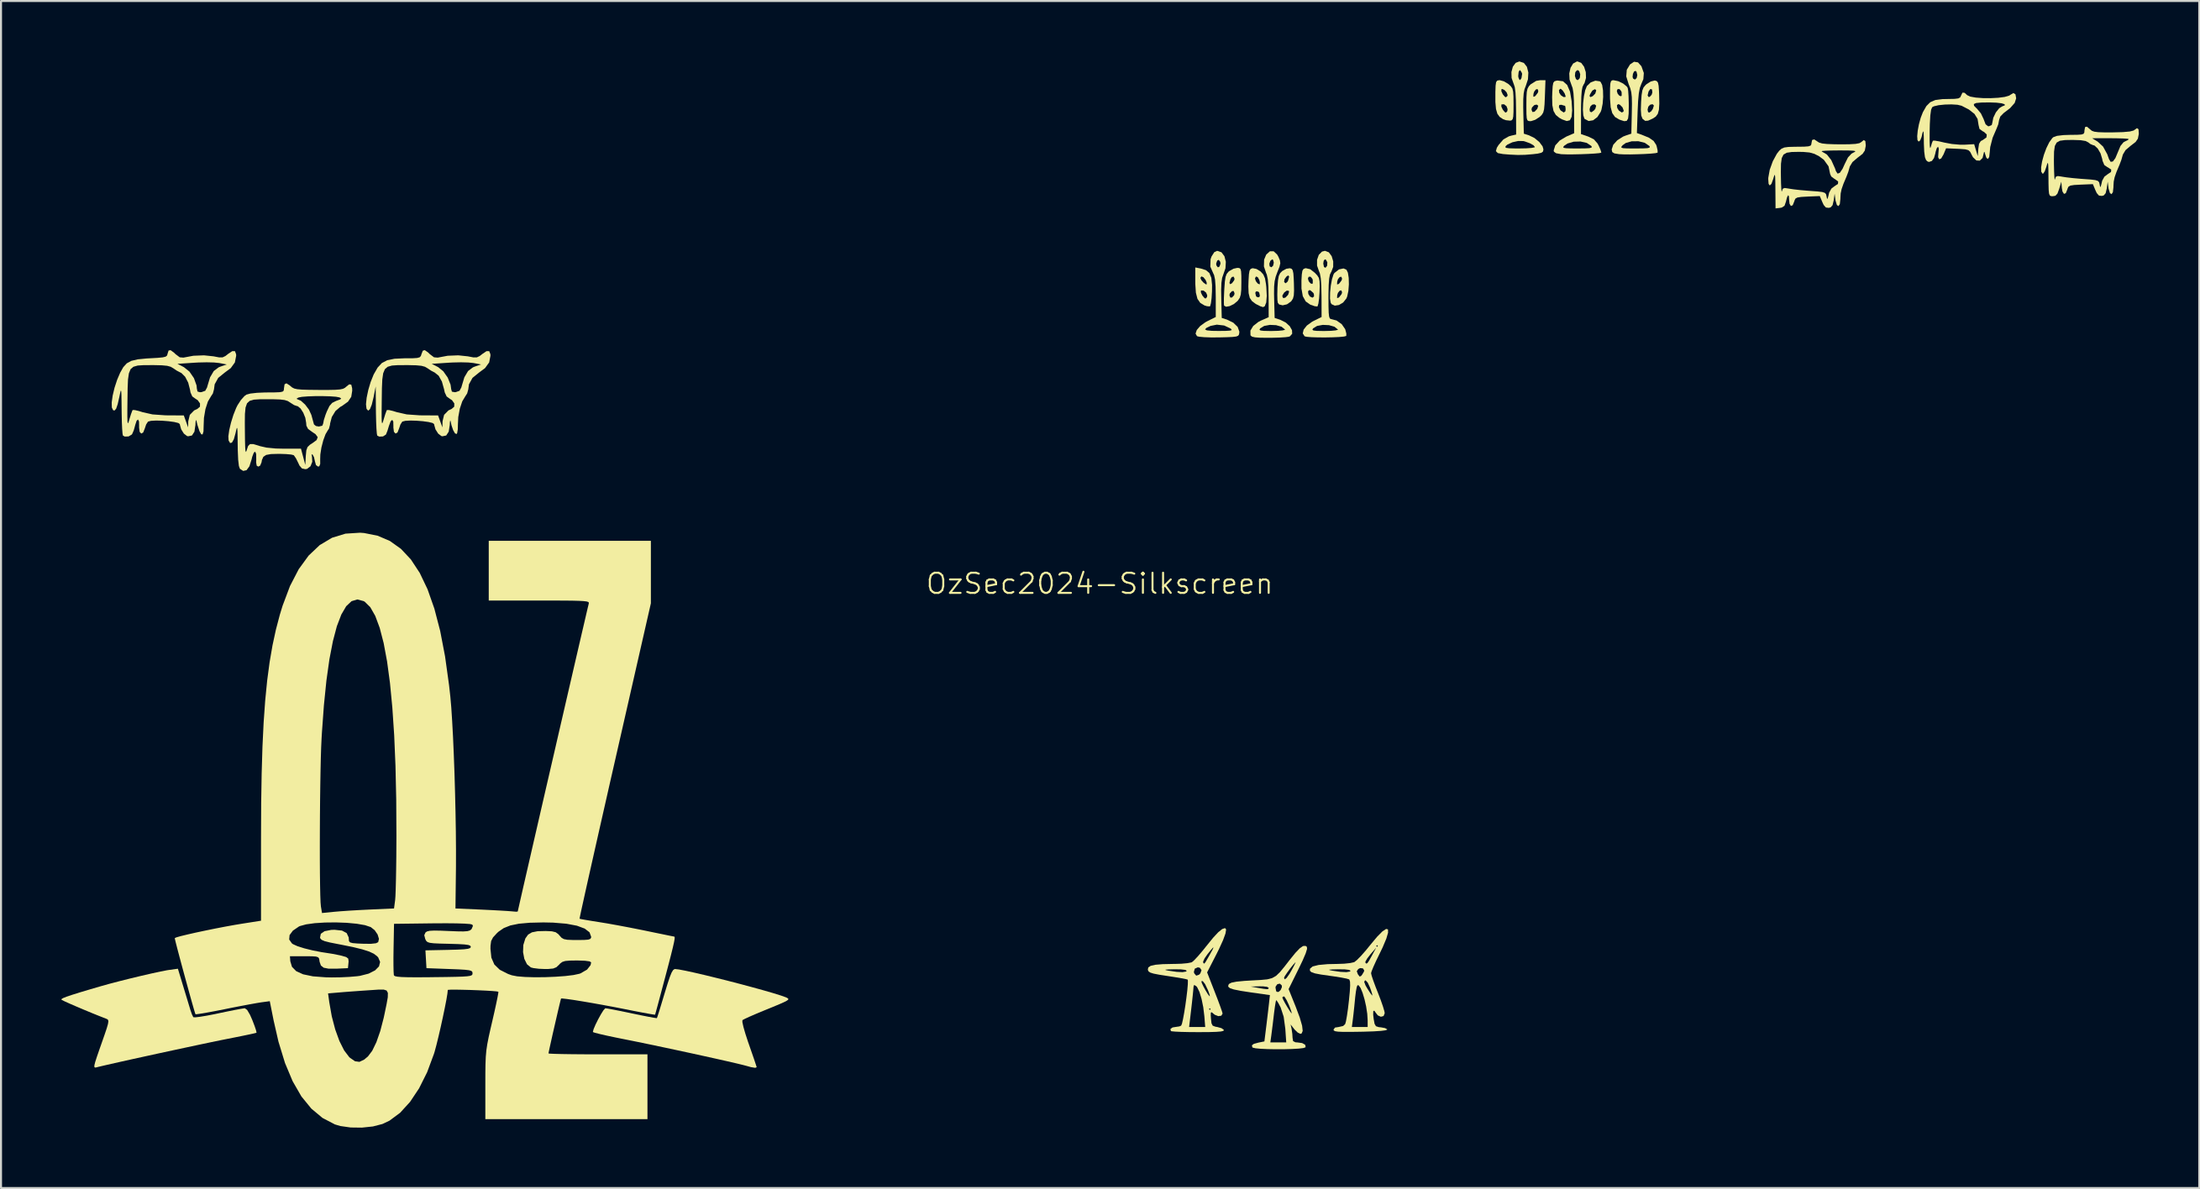
<source format=kicad_pcb>
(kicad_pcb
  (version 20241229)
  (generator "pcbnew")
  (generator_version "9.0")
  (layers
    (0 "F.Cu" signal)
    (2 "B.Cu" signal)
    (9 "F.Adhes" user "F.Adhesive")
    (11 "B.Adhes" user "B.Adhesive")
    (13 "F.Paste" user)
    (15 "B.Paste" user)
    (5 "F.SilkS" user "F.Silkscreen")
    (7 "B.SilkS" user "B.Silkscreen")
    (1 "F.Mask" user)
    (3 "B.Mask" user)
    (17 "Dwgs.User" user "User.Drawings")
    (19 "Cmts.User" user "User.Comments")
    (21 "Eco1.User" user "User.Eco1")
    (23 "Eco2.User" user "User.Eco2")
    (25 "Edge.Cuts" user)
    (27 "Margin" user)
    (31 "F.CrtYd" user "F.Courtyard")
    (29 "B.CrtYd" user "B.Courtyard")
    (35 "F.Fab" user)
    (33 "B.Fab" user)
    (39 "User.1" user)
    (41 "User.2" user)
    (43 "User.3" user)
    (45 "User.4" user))
  (footprint "OzSec2024-Silkscreen"
    (layer "F.Cu")
    (at 51.508 26.416)
    (property "Reference" "OzSec2024-Silkscreen" (at 0 -0.5 0) (unlocked yes) (layer "F.SilkS") (effects (font (size 1 1) (thickness 0.1))))
    (attr smd)
    (fp_poly (pts (xy 5.016 -16.139) (xy 5.272 -16.058) (xy 5.441 -15.914) (xy 5.537 -15.678) (xy 5.573 -15.324) (xy 5.57 -15.001) (xy 5.55 -14.672) (xy 5.517 -14.416) (xy 5.477 -14.274) (xy 5.461 -14.258) (xy 5.321 -14.269) (xy 5.195 -14.308) (xy 4.986 -14.435) (xy 4.848 -14.635) (xy 4.771 -14.938) (xy 4.764 -15.038) (xy 5.019 -15.038) (xy 5.022 -14.941) (xy 5.095 -14.795) (xy 5.195 -14.676) (xy 5.252 -14.647) (xy 5.32 -14.718) (xy 5.334 -14.808) (xy 5.278 -14.943) (xy 5.157 -15.041) (xy 5.037 -15.051) (xy 5.019 -15.038) (xy 4.764 -15.038) (xy 4.742 -15.371) (xy 4.741 -15.481) (xy 4.741 -15.669) (xy 4.995 -15.669) (xy 5.044 -15.559) (xy 5.153 -15.436) (xy 5.263 -15.356) (xy 5.309 -15.356) (xy 5.304 -15.451) (xy 5.253 -15.571) (xy 5.145 -15.707) (xy 5.043 -15.748) (xy 4.995 -15.675) (xy 4.995 -15.669) (xy 4.741 -15.669) (xy 4.741 -16.192)) (stroke (width 0) (type solid)) (fill yes) (layer "F.SilkS"))
    (fp_poly (pts (xy 12.238 -16.083) (xy 12.312 -15.934) (xy 12.353 -15.673) (xy 12.361 -15.353) (xy 12.336 -15.029) (xy 12.278 -14.754) (xy 12.237 -14.653) (xy 12.077 -14.452) (xy 11.869 -14.329) (xy 11.662 -14.297) (xy 11.503 -14.369) (xy 11.459 -14.441) (xy 11.425 -14.649) (xy 11.426 -14.677) (xy 11.774 -14.677) (xy 11.833 -14.683) (xy 11.888 -14.725) (xy 12 -14.873) (xy 12.023 -14.961) (xy 11.985 -15.056) (xy 11.901 -15.036) (xy 11.817 -14.928) (xy 11.782 -14.814) (xy 11.774 -14.677) (xy 11.426 -14.677) (xy 11.43 -14.951) (xy 11.464 -15.289) (xy 11.476 -15.355) (xy 11.774 -15.355) (xy 11.833 -15.36) (xy 11.888 -15.403) (xy 12 -15.551) (xy 12.023 -15.638) (xy 11.985 -15.733) (xy 11.901 -15.713) (xy 11.817 -15.606) (xy 11.782 -15.491) (xy 11.774 -15.355) (xy 11.476 -15.355) (xy 11.522 -15.605) (xy 11.596 -15.841) (xy 11.642 -15.917) (xy 11.871 -16.096) (xy 12.095 -16.143)) (stroke (width 0) (type solid)) (fill yes) (layer "F.SilkS"))
    (fp_poly (pts (xy 10.443 -16.105) (xy 10.672 -15.926) (xy 10.798 -15.791) (xy 10.873 -15.667) (xy 10.907 -15.506) (xy 10.913 -15.261) (xy 10.904 -14.975) (xy 10.883 -14.652) (xy 10.849 -14.402) (xy 10.808 -14.268) (xy 10.795 -14.255) (xy 10.665 -14.27) (xy 10.465 -14.338) (xy 10.45 -14.344) (xy 10.219 -14.506) (xy 10.075 -14.765) (xy 10.032 -15.01) (xy 10.336 -15.01) (xy 10.35 -14.876) (xy 10.431 -14.749) (xy 10.555 -14.692) (xy 10.633 -14.754) (xy 10.624 -14.882) (xy 10.586 -14.94) (xy 10.463 -15.048) (xy 10.404 -15.071) (xy 10.336 -15.01) (xy 10.032 -15.01) (xy 10.009 -15.143) (xy 10.008 -15.543) (xy 10.013 -15.638) (xy 10.329 -15.638) (xy 10.37 -15.505) (xy 10.458 -15.402) (xy 10.543 -15.376) (xy 10.569 -15.409) (xy 10.569 -15.564) (xy 10.552 -15.624) (xy 10.462 -15.732) (xy 10.366 -15.73) (xy 10.329 -15.638) (xy 10.013 -15.638) (xy 10.026 -15.853) (xy 10.056 -16.033) (xy 10.113 -16.12) (xy 10.208 -16.154) (xy 10.224 -16.156)) (stroke (width 0) (type solid)) (fill yes) (layer "F.SilkS"))
    (fp_poly (pts (xy 22.984 -25.433) (xy 23.19 -25.25) (xy 23.332 -24.918) (xy 23.411 -24.449) (xy 23.438 -23.983) (xy 23.412 -23.669) (xy 23.326 -23.498) (xy 23.171 -23.458) (xy 22.94 -23.54) (xy 22.801 -23.618) (xy 22.625 -23.763) (xy 22.513 -23.96) (xy 22.473 -24.154) (xy 22.778 -24.154) (xy 22.847 -24.011) (xy 22.877 -23.978) (xy 23.021 -23.882) (xy 23.101 -23.941) (xy 23.114 -24.045) (xy 23.099 -24.183) (xy 23.079 -24.215) (xy 22.979 -24.241) (xy 22.909 -24.266) (xy 22.801 -24.257) (xy 22.778 -24.154) (xy 22.473 -24.154) (xy 22.455 -24.242) (xy 22.444 -24.643) (xy 22.453 -24.892) (xy 22.46 -25.001) (xy 22.783 -25.001) (xy 22.796 -24.867) (xy 22.877 -24.74) (xy 23.008 -24.651) (xy 23.101 -24.651) (xy 23.114 -24.686) (xy 23.069 -24.823) (xy 22.97 -24.973) (xy 22.871 -25.059) (xy 22.857 -25.061) (xy 22.783 -25.001) (xy 22.46 -25.001) (xy 22.471 -25.189) (xy 22.502 -25.356) (xy 22.564 -25.435) (xy 22.675 -25.465) (xy 22.71 -25.469)) (stroke (width 0) (type solid)) (fill yes) (layer "F.SilkS"))
    (fp_poly (pts (xy 24.803 -25.431) (xy 24.851 -25.399) (xy 24.926 -25.249) (xy 24.968 -24.984) (xy 24.976 -24.656) (xy 24.951 -24.318) (xy 24.891 -24.021) (xy 24.857 -23.922) (xy 24.69 -23.657) (xy 24.478 -23.497) (xy 24.257 -23.46) (xy 24.063 -23.56) (xy 24.044 -23.582) (xy 23.99 -23.743) (xy 23.971 -24.017) (xy 23.972 -24.043) (xy 24.302 -24.043) (xy 24.319 -23.925) (xy 24.398 -23.895) (xy 24.399 -23.895) (xy 24.526 -23.99) (xy 24.587 -24.067) (xy 24.631 -24.223) (xy 24.546 -24.291) (xy 24.43 -24.27) (xy 24.34 -24.18) (xy 24.302 -24.043) (xy 23.972 -24.043) (xy 23.983 -24.352) (xy 24.023 -24.694) (xy 24.024 -24.699) (xy 24.299 -24.699) (xy 24.348 -24.647) (xy 24.459 -24.694) (xy 24.576 -24.813) (xy 24.587 -24.829) (xy 24.633 -24.982) (xy 24.572 -25.043) (xy 24.453 -24.98) (xy 24.419 -24.939) (xy 24.325 -24.782) (xy 24.299 -24.699) (xy 24.024 -24.699) (xy 24.086 -24.992) (xy 24.167 -25.193) (xy 24.357 -25.376) (xy 24.589 -25.461)) (stroke (width 0) (type solid)) (fill yes) (layer "F.SilkS"))
    (fp_poly (pts (xy 6.923 -16.164) (xy 6.983 -16.118) (xy 7.014 -16) (xy 7.026 -15.778) (xy 7.027 -15.456) (xy 7.022 -15.091) (xy 6.998 -14.849) (xy 6.948 -14.686) (xy 6.861 -14.556) (xy 6.837 -14.528) (xy 6.653 -14.375) (xy 6.447 -14.274) (xy 6.269 -14.242) (xy 6.17 -14.297) (xy 6.169 -14.301) (xy 6.16 -14.422) (xy 6.161 -14.667) (xy 6.167 -14.81) (xy 6.435 -14.81) (xy 6.479 -14.696) (xy 6.562 -14.701) (xy 6.669 -14.817) (xy 6.689 -14.908) (xy 6.645 -15.022) (xy 6.562 -15.017) (xy 6.454 -14.901) (xy 6.435 -14.81) (xy 6.167 -14.81) (xy 6.174 -14.991) (xy 6.181 -15.12) (xy 6.203 -15.423) (xy 6.435 -15.423) (xy 6.472 -15.36) (xy 6.562 -15.409) (xy 6.669 -15.553) (xy 6.689 -15.631) (xy 6.645 -15.737) (xy 6.554 -15.717) (xy 6.486 -15.614) (xy 6.435 -15.423) (xy 6.203 -15.423) (xy 6.207 -15.485) (xy 6.243 -15.723) (xy 6.3 -15.874) (xy 6.388 -15.98) (xy 6.423 -16.01) (xy 6.636 -16.129) (xy 6.825 -16.171)) (stroke (width 0) (type solid)) (fill yes) (layer "F.SilkS"))
    (fp_poly (pts (xy 7.773 -16.119) (xy 7.976 -15.997) (xy 7.989 -15.985) (xy 8.118 -15.841) (xy 8.198 -15.655) (xy 8.248 -15.373) (xy 8.264 -15.226) (xy 8.287 -14.78) (xy 8.261 -14.455) (xy 8.187 -14.266) (xy 8.105 -14.224) (xy 7.969 -14.266) (xy 7.767 -14.368) (xy 7.728 -14.391) (xy 7.553 -14.522) (xy 7.444 -14.683) (xy 7.388 -14.913) (xy 7.387 -14.93) (xy 7.718 -14.93) (xy 7.752 -14.773) (xy 7.802 -14.723) (xy 7.911 -14.714) (xy 7.946 -14.788) (xy 7.912 -14.945) (xy 7.861 -14.995) (xy 7.753 -15.004) (xy 7.718 -14.93) (xy 7.387 -14.93) (xy 7.374 -15.247) (xy 7.383 -15.538) (xy 7.389 -15.638) (xy 7.705 -15.638) (xy 7.747 -15.51) (xy 7.839 -15.395) (xy 7.926 -15.354) (xy 7.94 -15.362) (xy 7.945 -15.46) (xy 7.918 -15.572) (xy 7.838 -15.712) (xy 7.751 -15.743) (xy 7.705 -15.652) (xy 7.705 -15.638) (xy 7.389 -15.638) (xy 7.402 -15.851) (xy 7.433 -16.033) (xy 7.489 -16.121) (xy 7.582 -16.154) (xy 7.589 -16.155)) (stroke (width 0) (type solid)) (fill yes) (layer "F.SilkS"))
    (fp_poly (pts (xy 22.085 -24.673) (xy 22.068 -24.293) (xy 22.044 -24.041) (xy 22.002 -23.879) (xy 21.931 -23.765) (xy 21.822 -23.66) (xy 21.818 -23.657) (xy 21.602 -23.519) (xy 21.393 -23.453) (xy 21.374 -23.453) (xy 21.278 -23.459) (xy 21.217 -23.498) (xy 21.184 -23.602) (xy 21.17 -23.803) (xy 21.168 -24.029) (xy 21.421 -24.029) (xy 21.465 -23.909) (xy 21.571 -23.92) (xy 21.701 -24.057) (xy 21.708 -24.067) (xy 21.757 -24.22) (xy 21.674 -24.276) (xy 21.56 -24.25) (xy 21.444 -24.131) (xy 21.421 -24.029) (xy 21.168 -24.029) (xy 21.167 -24.132) (xy 21.167 -24.261) (xy 21.17 -24.643) (xy 21.172 -24.668) (xy 21.511 -24.668) (xy 21.57 -24.674) (xy 21.624 -24.716) (xy 21.736 -24.864) (xy 21.759 -24.952) (xy 21.721 -25.047) (xy 21.638 -25.027) (xy 21.554 -24.919) (xy 21.518 -24.805) (xy 21.511 -24.668) (xy 21.172 -24.668) (xy 21.186 -24.897) (xy 21.223 -25.063) (xy 21.288 -25.182) (xy 21.374 -25.277) (xy 21.652 -25.452) (xy 21.848 -25.485) (xy 22.114 -25.485)) (stroke (width 0) (type solid)) (fill yes) (layer "F.SilkS"))
    (fp_poly (pts (xy 25.724 -25.437) (xy 25.967 -25.32) (xy 26.149 -25.171) (xy 26.194 -25.1) (xy 26.218 -24.957) (xy 26.236 -24.692) (xy 26.246 -24.353) (xy 26.247 -24.208) (xy 26.241 -23.823) (xy 26.213 -23.584) (xy 26.145 -23.468) (xy 26.022 -23.452) (xy 25.828 -23.513) (xy 25.769 -23.537) (xy 25.564 -23.659) (xy 25.428 -23.851) (xy 25.349 -24.14) (xy 25.342 -24.239) (xy 25.659 -24.239) (xy 25.676 -24.105) (xy 25.756 -23.978) (xy 25.899 -23.883) (xy 25.983 -23.924) (xy 25.993 -23.986) (xy 25.935 -24.139) (xy 25.808 -24.268) (xy 25.722 -24.299) (xy 25.659 -24.239) (xy 25.342 -24.239) (xy 25.317 -24.556) (xy 25.315 -24.742) (xy 25.317 -24.951) (xy 25.654 -24.951) (xy 25.694 -24.819) (xy 25.782 -24.715) (xy 25.867 -24.69) (xy 25.894 -24.722) (xy 25.893 -24.877) (xy 25.876 -24.937) (xy 25.787 -25.045) (xy 25.69 -25.043) (xy 25.654 -24.951) (xy 25.317 -24.951) (xy 25.318 -25.098) (xy 25.332 -25.318) (xy 25.364 -25.434) (xy 25.422 -25.478) (xy 25.489 -25.485)) (stroke (width 0) (type solid)) (fill yes) (layer "F.SilkS"))
    (fp_poly (pts (xy 27.548 -25.468) (xy 27.639 -25.44) (xy 27.695 -25.365) (xy 27.728 -25.207) (xy 27.747 -24.931) (xy 27.753 -24.765) (xy 27.762 -24.325) (xy 27.743 -24.02) (xy 27.687 -23.816) (xy 27.586 -23.68) (xy 27.435 -23.581) (xy 27.206 -23.478) (xy 27.062 -23.468) (xy 26.948 -23.552) (xy 26.924 -23.58) (xy 26.866 -23.733) (xy 26.846 -24.018) (xy 26.846 -24.029) (xy 27.179 -24.029) (xy 27.203 -23.907) (xy 27.26 -23.876) (xy 27.359 -23.942) (xy 27.436 -24.053) (xy 27.493 -24.228) (xy 27.427 -24.295) (xy 27.309 -24.27) (xy 27.217 -24.175) (xy 27.179 -24.029) (xy 26.846 -24.029) (xy 26.858 -24.399) (xy 26.881 -24.727) (xy 27.181 -24.727) (xy 27.232 -24.651) (xy 27.284 -24.659) (xy 27.38 -24.761) (xy 27.417 -24.877) (xy 27.398 -25.03) (xy 27.316 -25.049) (xy 27.229 -24.927) (xy 27.181 -24.727) (xy 26.881 -24.727) (xy 26.883 -24.75) (xy 26.92 -24.978) (xy 26.981 -25.128) (xy 27.081 -25.246) (xy 27.133 -25.292) (xy 27.338 -25.421) (xy 27.529 -25.47)) (stroke (width 0) (type solid)) (fill yes) (layer "F.SilkS"))
    (fp_poly (pts (xy 9.52 -16.127) (xy 9.574 -16.053) (xy 9.607 -15.898) (xy 9.625 -15.628) (xy 9.634 -15.407) (xy 9.641 -15.043) (xy 9.628 -14.805) (xy 9.588 -14.649) (xy 9.513 -14.531) (xy 9.482 -14.497) (xy 9.288 -14.362) (xy 9.075 -14.313) (xy 8.9 -14.356) (xy 8.836 -14.436) (xy 8.816 -14.579) (xy 8.812 -14.757) (xy 9.059 -14.757) (xy 9.106 -14.669) (xy 9.215 -14.697) (xy 9.34 -14.829) (xy 9.347 -14.839) (xy 9.393 -14.98) (xy 9.376 -15.036) (xy 9.275 -15.041) (xy 9.153 -14.95) (xy 9.069 -14.813) (xy 9.059 -14.757) (xy 8.812 -14.757) (xy 8.81 -14.838) (xy 8.817 -15.161) (xy 8.819 -15.207) (xy 8.839 -15.479) (xy 9.147 -15.479) (xy 9.208 -15.41) (xy 9.22 -15.409) (xy 9.311 -15.477) (xy 9.347 -15.543) (xy 9.397 -15.734) (xy 9.36 -15.797) (xy 9.271 -15.748) (xy 9.171 -15.614) (xy 9.147 -15.479) (xy 8.839 -15.479) (xy 8.844 -15.55) (xy 8.883 -15.769) (xy 8.95 -15.91) (xy 9.055 -16.015) (xy 9.256 -16.126) (xy 9.433 -16.154)) (stroke (width 0) (type solid)) (fill yes) (layer "F.SilkS"))
    (fp_poly (pts (xy 20.053 -25.43) (xy 20.273 -25.298) (xy 20.293 -25.282) (xy 20.403 -25.177) (xy 20.473 -25.069) (xy 20.51 -24.916) (xy 20.526 -24.677) (xy 20.53 -24.312) (xy 20.53 -24.287) (xy 20.528 -23.916) (xy 20.516 -23.681) (xy 20.486 -23.552) (xy 20.433 -23.494) (xy 20.362 -23.478) (xy 20.149 -23.501) (xy 20.012 -23.55) (xy 19.842 -23.663) (xy 19.727 -23.822) (xy 19.659 -24.058) (xy 19.649 -24.173) (xy 19.926 -24.173) (xy 19.997 -24.023) (xy 20.096 -23.903) (xy 20.154 -23.876) (xy 20.22 -23.947) (xy 20.235 -24.048) (xy 20.181 -24.195) (xy 20.062 -24.29) (xy 19.941 -24.286) (xy 19.928 -24.275) (xy 19.926 -24.173) (xy 19.649 -24.173) (xy 19.629 -24.401) (xy 19.629 -24.881) (xy 19.629 -24.913) (xy 19.63 -24.935) (xy 19.927 -24.935) (xy 19.996 -24.785) (xy 20.096 -24.665) (xy 20.154 -24.638) (xy 20.228 -24.706) (xy 20.235 -24.755) (xy 20.185 -24.885) (xy 20.075 -25.002) (xy 19.964 -25.052) (xy 19.93 -25.038) (xy 19.927 -24.935) (xy 19.63 -24.935) (xy 19.64 -25.216) (xy 19.664 -25.387) (xy 19.717 -25.464) (xy 19.811 -25.484) (xy 19.85 -25.485)) (stroke (width 0) (type solid)) (fill yes) (layer "F.SilkS"))
    (fp_poly (pts (xy 6.04 -16.945) (xy 6.187 -16.75) (xy 6.257 -16.473) (xy 6.238 -16.152) (xy 6.135 -15.852) (xy 6.074 -15.678) (xy 6.038 -15.433) (xy 6.024 -15.086) (xy 6.03 -14.64) (xy 6.054 -13.687) (xy 6.308 -13.606) (xy 6.625 -13.453) (xy 6.842 -13.243) (xy 6.927 -13.009) (xy 6.925 -12.957) (xy 6.91 -12.865) (xy 6.869 -12.803) (xy 6.773 -12.765) (xy 6.592 -12.743) (xy 6.297 -12.73) (xy 5.927 -12.721) (xy 5.528 -12.719) (xy 5.184 -12.731) (xy 4.935 -12.754) (xy 4.826 -12.782) (xy 4.755 -12.91) (xy 4.814 -13.086) (xy 4.84 -13.117) (xy 5.226 -13.117) (xy 5.316 -13.07) (xy 5.566 -13.046) (xy 5.901 -13.041) (xy 6.252 -13.045) (xy 6.458 -13.057) (xy 6.544 -13.082) (xy 6.532 -13.126) (xy 6.483 -13.167) (xy 6.174 -13.311) (xy 5.81 -13.353) (xy 5.5 -13.291) (xy 5.289 -13.189) (xy 5.226 -13.117) (xy 4.84 -13.117) (xy 4.982 -13.283) (xy 5.24 -13.472) (xy 5.355 -13.534) (xy 5.757 -13.734) (xy 5.757 -14.722) (xy 5.748 -15.236) (xy 5.721 -15.596) (xy 5.673 -15.817) (xy 5.643 -15.877) (xy 5.487 -16.233) (xy 5.492 -16.381) (xy 5.776 -16.381) (xy 5.791 -16.29) (xy 5.864 -16.196) (xy 5.941 -16.236) (xy 5.993 -16.385) (xy 5.977 -16.476) (xy 5.905 -16.57) (xy 5.828 -16.53) (xy 5.776 -16.381) (xy 5.492 -16.381) (xy 5.499 -16.598) (xy 5.546 -16.735) (xy 5.682 -16.95) (xy 5.825 -17.018)) (stroke (width 0) (type solid)) (fill yes) (layer "F.SilkS"))
    (fp_poly (pts (xy 8.802 -16.833) (xy 8.865 -16.722) (xy 8.94 -16.544) (xy 8.959 -16.4) (xy 8.918 -16.225) (xy 8.818 -15.972) (xy 8.731 -15.738) (xy 8.678 -15.511) (xy 8.652 -15.243) (xy 8.648 -14.885) (xy 8.654 -14.604) (xy 8.678 -13.688) (xy 8.964 -13.592) (xy 9.23 -13.458) (xy 9.427 -13.277) (xy 9.539 -13.081) (xy 9.549 -12.904) (xy 9.442 -12.778) (xy 9.377 -12.753) (xy 9.211 -12.731) (xy 8.925 -12.713) (xy 8.566 -12.703) (xy 8.358 -12.701) (xy 7.962 -12.705) (xy 7.706 -12.723) (xy 7.558 -12.757) (xy 7.488 -12.814) (xy 7.479 -12.832) (xy 7.476 -13.059) (xy 7.502 -13.102) (xy 7.926 -13.102) (xy 7.976 -13.064) (xy 8.134 -13.045) (xy 8.427 -13.039) (xy 8.546 -13.039) (xy 8.857 -13.047) (xy 9.084 -13.069) (xy 9.191 -13.1) (xy 9.193 -13.112) (xy 9.02 -13.251) (xy 8.749 -13.328) (xy 8.441 -13.342) (xy 8.158 -13.289) (xy 7.96 -13.167) (xy 7.957 -13.163) (xy 7.926 -13.102) (xy 7.502 -13.102) (xy 7.616 -13.289) (xy 7.875 -13.492) (xy 8.001 -13.556) (xy 8.382 -13.724) (xy 8.379 -14.715) (xy 8.368 -15.232) (xy 8.339 -15.601) (xy 8.289 -15.84) (xy 8.255 -15.917) (xy 8.146 -16.242) (xy 8.15 -16.378) (xy 8.414 -16.378) (xy 8.43 -16.247) (xy 8.518 -16.201) (xy 8.602 -16.279) (xy 8.636 -16.43) (xy 8.603 -16.565) (xy 8.56 -16.595) (xy 8.468 -16.525) (xy 8.414 -16.378) (xy 8.15 -16.378) (xy 8.156 -16.581) (xy 8.26 -16.83) (xy 8.442 -16.994) (xy 8.629 -16.994)) (stroke (width 0) (type solid)) (fill yes) (layer "F.SilkS"))
    (fp_poly (pts (xy 21.043 -26.343) (xy 21.194 -26.148) (xy 21.265 -25.866) (xy 21.246 -25.533) (xy 21.139 -25.207) (xy 21.074 -25.036) (xy 21.033 -24.828) (xy 21.013 -24.545) (xy 21.011 -24.152) (xy 21.016 -23.865) (xy 21.04 -22.832) (xy 21.294 -22.751) (xy 21.567 -22.617) (xy 21.808 -22.419) (xy 21.97 -22.203) (xy 22.013 -22.052) (xy 21.994 -21.948) (xy 21.912 -21.884) (xy 21.729 -21.842) (xy 21.493 -21.814) (xy 21.105 -21.782) (xy 20.744 -21.775) (xy 20.337 -21.794) (xy 20.003 -21.821) (xy 19.751 -21.868) (xy 19.654 -21.965) (xy 19.703 -22.135) (xy 19.721 -22.164) (xy 20.12 -22.164) (xy 20.167 -22.127) (xy 20.316 -22.107) (xy 20.595 -22.099) (xy 20.818 -22.098) (xy 21.156 -22.105) (xy 21.419 -22.124) (xy 21.569 -22.152) (xy 21.59 -22.168) (xy 21.517 -22.258) (xy 21.332 -22.36) (xy 21.091 -22.446) (xy 21.016 -22.465) (xy 20.762 -22.469) (xy 20.473 -22.405) (xy 20.232 -22.294) (xy 20.149 -22.224) (xy 20.12 -22.164) (xy 19.721 -22.164) (xy 19.787 -22.27) (xy 20.026 -22.546) (xy 20.297 -22.699) (xy 20.426 -22.736) (xy 20.659 -22.789) (xy 20.656 -23.946) (xy 20.648 -24.483) (xy 20.627 -24.874) (xy 20.591 -25.14) (xy 20.538 -25.304) (xy 20.532 -25.315) (xy 20.433 -25.596) (xy 20.431 -25.681) (xy 20.762 -25.681) (xy 20.782 -25.59) (xy 20.835 -25.487) (xy 20.89 -25.535) (xy 20.923 -25.59) (xy 20.956 -25.804) (xy 20.923 -25.887) (xy 20.852 -25.99) (xy 20.805 -25.943) (xy 20.782 -25.887) (xy 20.762 -25.681) (xy 20.431 -25.681) (xy 20.425 -25.892) (xy 20.496 -26.157) (xy 20.634 -26.346) (xy 20.82 -26.416)) (stroke (width 0) (type solid)) (fill yes) (layer "F.SilkS"))
    (fp_poly (pts (xy 23.892 -26.341) (xy 24.032 -26.148) (xy 24.114 -25.885) (xy 24.125 -25.6) (xy 24.052 -25.342) (xy 24.006 -25.268) (xy 23.951 -25.151) (xy 23.914 -24.953) (xy 23.891 -24.649) (xy 23.88 -24.212) (xy 23.879 -23.958) (xy 23.876 -22.812) (xy 24.236 -22.688) (xy 24.515 -22.552) (xy 24.697 -22.345) (xy 24.753 -22.241) (xy 24.843 -22.037) (xy 24.882 -21.907) (xy 24.88 -21.888) (xy 24.78 -21.866) (xy 24.552 -21.845) (xy 24.237 -21.827) (xy 23.877 -21.813) (xy 23.513 -21.805) (xy 23.187 -21.804) (xy 22.939 -21.812) (xy 22.881 -21.816) (xy 22.64 -21.861) (xy 22.534 -21.939) (xy 22.521 -21.999) (xy 22.575 -22.169) (xy 22.994 -22.169) (xy 23.018 -22.13) (xy 23.139 -22.109) (xy 23.383 -22.1) (xy 23.699 -22.098) (xy 24.066 -22.101) (xy 24.29 -22.113) (xy 24.396 -22.139) (xy 24.411 -22.184) (xy 24.384 -22.225) (xy 24.163 -22.373) (xy 23.854 -22.443) (xy 23.515 -22.434) (xy 23.209 -22.345) (xy 23.042 -22.231) (xy 22.994 -22.169) (xy 22.575 -22.169) (xy 22.601 -22.251) (xy 22.82 -22.491) (xy 23.151 -22.688) (xy 23.166 -22.695) (xy 23.537 -22.854) (xy 23.534 -23.936) (xy 23.526 -24.464) (xy 23.502 -24.844) (xy 23.46 -25.098) (xy 23.41 -25.231) (xy 23.309 -25.516) (xy 23.301 -25.697) (xy 23.575 -25.697) (xy 23.625 -25.543) (xy 23.707 -25.485) (xy 23.791 -25.552) (xy 23.822 -25.612) (xy 23.838 -25.781) (xy 23.788 -25.934) (xy 23.707 -25.993) (xy 23.622 -25.926) (xy 23.591 -25.866) (xy 23.575 -25.697) (xy 23.301 -25.697) (xy 23.295 -25.82) (xy 23.357 -26.101) (xy 23.485 -26.313) (xy 23.668 -26.413) (xy 23.707 -26.416)) (stroke (width 0) (type solid)) (fill yes) (layer "F.SilkS"))
    (fp_poly (pts (xy 11.367 -16.944) (xy 11.507 -16.753) (xy 11.584 -16.495) (xy 11.583 -16.22) (xy 11.49 -15.976) (xy 11.475 -15.955) (xy 11.419 -15.833) (xy 11.381 -15.626) (xy 11.358 -15.307) (xy 11.349 -14.851) (xy 11.348 -14.711) (xy 11.35 -14.26) (xy 11.359 -13.952) (xy 11.379 -13.762) (xy 11.413 -13.664) (xy 11.465 -13.632) (xy 11.477 -13.631) (xy 11.751 -13.559) (xy 12.007 -13.376) (xy 12.175 -13.133) (xy 12.183 -13.112) (xy 12.234 -12.916) (xy 12.232 -12.798) (xy 12.228 -12.792) (xy 12.117 -12.763) (xy 11.879 -12.74) (xy 11.557 -12.726) (xy 11.193 -12.719) (xy 10.828 -12.721) (xy 10.506 -12.731) (xy 10.269 -12.75) (xy 10.163 -12.776) (xy 10.073 -12.918) (xy 10.115 -13.102) (xy 10.551 -13.102) (xy 10.601 -13.064) (xy 10.759 -13.045) (xy 11.051 -13.039) (xy 11.171 -13.039) (xy 11.482 -13.047) (xy 11.709 -13.069) (xy 11.816 -13.1) (xy 11.818 -13.112) (xy 11.645 -13.251) (xy 11.374 -13.328) (xy 11.066 -13.342) (xy 10.782 -13.289) (xy 10.584 -13.167) (xy 10.581 -13.163) (xy 10.551 -13.102) (xy 10.115 -13.102) (xy 10.116 -13.106) (xy 10.276 -13.309) (xy 10.533 -13.496) (xy 10.604 -13.534) (xy 11.007 -13.734) (xy 11.004 -14.762) (xy 10.994 -15.283) (xy 10.967 -15.656) (xy 10.921 -15.902) (xy 10.88 -16.002) (xy 10.782 -16.284) (xy 10.782 -16.383) (xy 11.091 -16.383) (xy 11.125 -16.217) (xy 11.201 -16.174) (xy 11.28 -16.273) (xy 11.281 -16.277) (xy 11.293 -16.445) (xy 11.227 -16.572) (xy 11.169 -16.595) (xy 11.111 -16.522) (xy 11.091 -16.383) (xy 10.782 -16.383) (xy 10.782 -16.571) (xy 10.868 -16.817) (xy 11.026 -16.979) (xy 11.176 -17.018)) (stroke (width 0) (type solid)) (fill yes) (layer "F.SilkS"))
    (fp_poly (pts (xy 26.705 -26.37) (xy 26.873 -26.179) (xy 26.879 -26.166) (xy 26.994 -25.842) (xy 26.97 -25.536) (xy 26.865 -25.29) (xy 26.796 -25.104) (xy 26.745 -24.83) (xy 26.709 -24.441) (xy 26.686 -23.941) (xy 26.65 -22.863) (xy 26.893 -22.778) (xy 27.253 -22.629) (xy 27.479 -22.471) (xy 27.606 -22.277) (xy 27.632 -22.201) (xy 27.676 -22.005) (xy 27.678 -21.894) (xy 27.675 -21.889) (xy 27.572 -21.865) (xy 27.343 -21.842) (xy 27.029 -21.823) (xy 26.672 -21.81) (xy 26.315 -21.802) (xy 26 -21.804) (xy 25.769 -21.815) (xy 25.76 -21.816) (xy 25.531 -21.853) (xy 25.426 -21.92) (xy 25.4 -22.046) (xy 25.4 -22.052) (xy 25.444 -22.184) (xy 25.882 -22.184) (xy 25.883 -22.137) (xy 25.972 -22.111) (xy 26.174 -22.1) (xy 26.516 -22.098) (xy 26.583 -22.098) (xy 26.949 -22.101) (xy 27.171 -22.113) (xy 27.276 -22.14) (xy 27.289 -22.185) (xy 27.264 -22.224) (xy 27.039 -22.379) (xy 26.727 -22.456) (xy 26.391 -22.453) (xy 26.095 -22.369) (xy 25.942 -22.258) (xy 25.882 -22.184) (xy 25.444 -22.184) (xy 25.476 -22.28) (xy 25.678 -22.505) (xy 25.965 -22.687) (xy 26.091 -22.737) (xy 26.374 -22.832) (xy 26.397 -23.861) (xy 26.404 -24.317) (xy 26.397 -24.646) (xy 26.371 -24.887) (xy 26.323 -25.083) (xy 26.247 -25.273) (xy 26.243 -25.282) (xy 26.129 -25.649) (xy 26.435 -25.649) (xy 26.459 -25.569) (xy 26.551 -25.516) (xy 26.636 -25.591) (xy 26.67 -25.739) (xy 26.633 -25.897) (xy 26.591 -25.947) (xy 26.513 -25.923) (xy 26.453 -25.8) (xy 26.435 -25.649) (xy 26.129 -25.649) (xy 26.121 -25.674) (xy 26.148 -26.003) (xy 26.309 -26.268) (xy 26.509 -26.401)) (stroke (width 0) (type solid)) (fill yes) (layer "F.SilkS"))
    (fp_poly (pts (xy -45.467 19.487) (xy -45.347 19.882) (xy -45.236 20.248) (xy -45.149 20.535) (xy -45.112 20.659) (xy -45.038 20.872) (xy -44.973 21.008) (xy -44.965 21.018) (xy -44.866 21.024) (xy -44.634 20.996) (xy -44.298 20.941) (xy -43.891 20.862) (xy -43.728 20.827) (xy -43.293 20.736) (xy -42.911 20.659) (xy -42.614 20.604) (xy -42.438 20.576) (xy -42.411 20.574) (xy -42.297 20.656) (xy -42.155 20.898) (xy -42.037 21.167) (xy -41.927 21.454) (xy -41.854 21.673) (xy -41.831 21.784) (xy -41.833 21.789) (xy -41.923 21.814) (xy -42.152 21.865) (xy -42.491 21.936) (xy -42.912 22.021) (xy -43.265 22.091) (xy -43.632 22.164) (xy -44.11 22.263) (xy -44.675 22.382) (xy -45.303 22.516) (xy -45.97 22.659) (xy -46.651 22.806) (xy -47.323 22.953) (xy -47.961 23.093) (xy -48.541 23.222) (xy -49.039 23.334) (xy -49.431 23.424) (xy -49.693 23.486) (xy -49.765 23.505) (xy -49.836 23.518) (xy -49.875 23.495) (xy -49.877 23.412) (xy -49.837 23.248) (xy -49.751 22.981) (xy -49.615 22.586) (xy -49.535 22.359) (xy -49.374 21.899) (xy -49.264 21.573) (xy -49.202 21.356) (xy -49.181 21.224) (xy -49.198 21.15) (xy -49.248 21.11) (xy -49.301 21.089) (xy -49.625 20.962) (xy -50.002 20.81) (xy -50.396 20.646) (xy -50.776 20.485) (xy -51.108 20.341) (xy -51.358 20.228) (xy -51.494 20.16) (xy -51.508 20.151) (xy -51.505 20.117) (xy -51.428 20.069) (xy -51.262 20.002) (xy -50.99 19.91) (xy -50.597 19.787) (xy -50.068 19.629) (xy -49.572 19.484) (xy -49.144 19.364) (xy -48.639 19.232) (xy -48.094 19.095) (xy -47.548 18.964) (xy -47.036 18.846) (xy -46.598 18.751) (xy -46.269 18.687) (xy -46.17 18.672) (xy -45.732 18.612)) (stroke (width 0) (type solid)) (fill yes) (layer "F.SilkS"))
    (fp_poly (pts (xy -20.877 18.649) (xy -20.551 18.711) (xy -20.114 18.806) (xy -19.594 18.927) (xy -19.017 19.068) (xy -18.408 19.221) (xy -17.795 19.38) (xy -17.203 19.539) (xy -16.658 19.69) (xy -16.188 19.826) (xy -15.817 19.942) (xy -15.573 20.029) (xy -15.509 20.059) (xy -15.455 20.096) (xy -15.447 20.135) (xy -15.502 20.186) (xy -15.64 20.26) (xy -15.881 20.368) (xy -16.243 20.519) (xy -16.679 20.697) (xy -17.058 20.855) (xy -17.381 20.995) (xy -17.614 21.103) (xy -17.725 21.164) (xy -17.727 21.166) (xy -17.727 21.269) (xy -17.676 21.501) (xy -17.58 21.834) (xy -17.448 22.239) (xy -17.409 22.35) (xy -17.268 22.755) (xy -17.149 23.099) (xy -17.064 23.354) (xy -17.021 23.488) (xy -17.018 23.5) (xy -17.092 23.53) (xy -17.3 23.496) (xy -17.484 23.445) (xy -17.68 23.393) (xy -18.017 23.311) (xy -18.472 23.206) (xy -19.021 23.082) (xy -19.638 22.945) (xy -20.3 22.8) (xy -20.982 22.653) (xy -21.661 22.508) (xy -22.312 22.371) (xy -22.911 22.247) (xy -23.433 22.142) (xy -23.516 22.126) (xy -24.016 22.025) (xy -24.455 21.932) (xy -24.805 21.852) (xy -25.044 21.791) (xy -25.144 21.755) (xy -25.146 21.752) (xy -25.109 21.61) (xy -25.014 21.386) (xy -24.885 21.126) (xy -24.746 20.874) (xy -24.622 20.676) (xy -24.535 20.578) (xy -24.524 20.574) (xy -24.404 20.591) (xy -24.151 20.637) (xy -23.799 20.707) (xy -23.379 20.793) (xy -23.2 20.831) (xy -22.772 20.92) (xy -22.407 20.992) (xy -22.136 21.042) (xy -21.987 21.064) (xy -21.969 21.063) (xy -21.938 20.978) (xy -21.868 20.76) (xy -21.769 20.437) (xy -21.648 20.038) (xy -21.586 19.833) (xy -21.439 19.354) (xy -21.326 19.016) (xy -21.237 18.797) (xy -21.162 18.676) (xy -21.092 18.629) (xy -21.068 18.627)) (stroke (width 0) (type solid)) (fill yes) (layer "F.SilkS"))
    (fp_poly (pts (xy 10.277 17.524) (xy 10.287 17.627) (xy 10.219 17.848) (xy 10.07 18.196) (xy 9.868 18.618) (xy 9.371 19.623) (xy 9.724 20.5) (xy 9.926 21.041) (xy 10.041 21.44) (xy 10.07 21.701) (xy 10.013 21.829) (xy 9.955 21.844) (xy 9.826 21.782) (xy 9.669 21.632) (xy 9.653 21.611) (xy 9.47 21.378) (xy 9.518 21.59) (xy 9.555 21.847) (xy 9.566 22.035) (xy 9.594 22.205) (xy 9.712 22.264) (xy 9.8 22.269) (xy 10.044 22.302) (xy 10.194 22.386) (xy 10.215 22.498) (xy 10.208 22.512) (xy 10.104 22.549) (xy 9.868 22.577) (xy 9.536 22.596) (xy 9.145 22.607) (xy 8.731 22.608) (xy 8.331 22.601) (xy 7.983 22.585) (xy 7.721 22.559) (xy 7.584 22.525) (xy 7.574 22.516) (xy 7.549 22.415) (xy 7.642 22.342) (xy 7.877 22.278) (xy 7.891 22.276) (xy 7.931 22.267) (xy 8.465 22.267) (xy 8.859 22.267) (xy 9.253 22.267) (xy 9.207 21.591) (xy 9.126 20.994) (xy 8.977 20.537) (xy 8.973 20.528) (xy 8.861 20.316) (xy 8.779 20.191) (xy 8.753 20.175) (xy 8.728 20.269) (xy 8.692 20.49) (xy 8.651 20.796) (xy 8.636 20.92) (xy 8.592 21.297) (xy 8.548 21.649) (xy 8.514 21.912) (xy 8.509 21.95) (xy 8.465 22.267) (xy 7.931 22.267) (xy 8.17 22.219) (xy 8.264 21.46) (xy 8.312 21.063) (xy 8.358 20.678) (xy 8.393 20.374) (xy 8.4 20.311) (xy 8.43 20.037) (xy 9.059 20.037) (xy 9.098 20.137) (xy 9.194 20.319) (xy 9.315 20.528) (xy 9.431 20.712) (xy 9.51 20.819) (xy 9.524 20.828) (xy 9.513 20.758) (xy 9.451 20.577) (xy 9.382 20.405) (xy 9.272 20.17) (xy 9.176 20.016) (xy 9.133 19.981) (xy 9.06 20.03) (xy 9.059 20.037) (xy 8.43 20.037) (xy 8.443 19.921) (xy 7.464 19.782) (xy 6.983 19.708) (xy 6.653 19.641) (xy 6.456 19.574) (xy 6.373 19.5) (xy 6.373 19.497) (xy 7.493 19.497) (xy 7.832 19.558) (xy 8.126 19.608) (xy 8.291 19.627) (xy 8.364 19.613) (xy 8.382 19.566) (xy 8.382 19.558) (xy 8.374 19.553) (xy 8.721 19.553) (xy 8.751 19.712) (xy 8.779 19.758) (xy 8.875 19.764) (xy 8.976 19.668) (xy 9.037 19.529) (xy 9.032 19.439) (xy 8.936 19.352) (xy 8.813 19.379) (xy 8.728 19.496) (xy 8.721 19.553) (xy 8.374 19.553) (xy 8.305 19.512) (xy 8.107 19.487) (xy 7.938 19.485) (xy 7.493 19.497) (xy 6.373 19.497) (xy 6.386 19.411) (xy 6.421 19.363) (xy 6.537 19.303) (xy 6.784 19.254) (xy 7.175 19.216) (xy 7.545 19.194) (xy 7.988 19.17) (xy 8.31 19.139) (xy 8.549 19.078) (xy 8.578 19.062) (xy 9.144 19.062) (xy 9.177 19.139) (xy 9.27 19.071) (xy 9.414 18.867) (xy 9.517 18.69) (xy 9.638 18.465) (xy 9.708 18.32) (xy 9.715 18.288) (xy 9.602 18.41) (xy 9.451 18.599) (xy 9.3 18.805) (xy 9.185 18.976) (xy 9.144 19.062) (xy 8.578 19.062) (xy 8.746 18.967) (xy 8.938 18.784) (xy 9.165 18.509) (xy 9.413 18.189) (xy 9.704 17.829) (xy 9.923 17.599) (xy 10.085 17.486) (xy 10.208 17.478)) (stroke (width 0) (type solid)) (fill yes) (layer "F.SilkS"))
    (fp_poly (pts (xy 42.907 -24.86) (xy 43.034 -24.744) (xy 43.186 -24.672) (xy 43.462 -24.623) (xy 43.815 -24.597) (xy 44.203 -24.594) (xy 44.579 -24.614) (xy 44.899 -24.656) (xy 45.119 -24.72) (xy 45.173 -24.756) (xy 45.327 -24.85) (xy 45.43 -24.787) (xy 45.466 -24.587) (xy 45.392 -24.357) (xy 45.165 -24.1) (xy 44.841 -23.851) (xy 44.678 -23.682) (xy 44.619 -23.512) (xy 44.579 -23.298) (xy 44.501 -23.101) (xy 44.298 -22.63) (xy 44.179 -22.17) (xy 44.154 -21.91) (xy 44.128 -21.676) (xy 44.067 -21.579) (xy 43.991 -21.627) (xy 43.932 -21.802) (xy 43.893 -21.931) (xy 43.869 -21.919) (xy 43.867 -21.902) (xy 43.799 -21.628) (xy 43.662 -21.493) (xy 43.491 -21.503) (xy 43.322 -21.664) (xy 43.256 -21.787) (xy 43.184 -21.93) (xy 43.095 -22.013) (xy 42.943 -22.055) (xy 42.683 -22.075) (xy 42.563 -22.081) (xy 41.989 -22.106) (xy 41.862 -21.802) (xy 41.745 -21.601) (xy 41.647 -21.559) (xy 41.594 -21.667) (xy 41.61 -21.896) (xy 41.626 -22.086) (xy 41.595 -22.18) (xy 41.586 -22.183) (xy 41.525 -22.108) (xy 41.468 -21.922) (xy 41.456 -21.853) (xy 41.389 -21.624) (xy 41.29 -21.484) (xy 41.269 -21.472) (xy 41.138 -21.428) (xy 41.063 -21.456) (xy 40.996 -21.522) (xy 40.941 -21.663) (xy 40.904 -21.942) (xy 40.887 -22.331) (xy 40.887 -22.348) (xy 40.885 -22.518) (xy 41.172 -22.518) (xy 41.18 -22.234) (xy 41.198 -22.115) (xy 41.227 -22.162) (xy 41.228 -22.166) (xy 41.286 -22.366) (xy 41.334 -22.481) (xy 41.337 -22.485) (xy 41.433 -22.486) (xy 41.645 -22.45) (xy 41.897 -22.391) (xy 42.275 -22.32) (xy 42.68 -22.284) (xy 42.9 -22.284) (xy 43.382 -22.31) (xy 43.471 -22.013) (xy 43.561 -21.717) (xy 43.587 -22.081) (xy 43.624 -22.328) (xy 43.708 -22.463) (xy 43.82 -22.523) (xy 43.991 -22.644) (xy 44.007 -22.791) (xy 43.868 -22.922) (xy 43.815 -22.945) (xy 43.646 -23.068) (xy 43.6 -23.26) (xy 43.551 -23.564) (xy 43.397 -23.813) (xy 43.116 -24.033) (xy 42.757 -24.218) (xy 42.552 -24.267) (xy 42.257 -24.285) (xy 41.927 -24.277) (xy 41.618 -24.245) (xy 41.385 -24.191) (xy 41.298 -24.144) (xy 41.244 -24.013) (xy 41.206 -23.734) (xy 41.182 -23.3) (xy 41.174 -22.962) (xy 41.172 -22.518) (xy 40.885 -22.518) (xy 40.882 -22.704) (xy 40.871 -22.902) (xy 40.852 -22.952) (xy 40.819 -22.867) (xy 40.773 -22.669) (xy 40.706 -22.501) (xy 40.627 -22.437) (xy 40.569 -22.511) (xy 40.556 -22.706) (xy 40.582 -22.982) (xy 40.642 -23.3) (xy 40.729 -23.618) (xy 40.837 -23.896) (xy 40.844 -23.909) (xy 41.013 -24.204) (xy 41.111 -24.302) (xy 43.365 -24.302) (xy 43.376 -24.218) (xy 43.496 -24.094) (xy 43.52 -24.074) (xy 43.715 -23.84) (xy 43.852 -23.555) (xy 43.859 -23.531) (xy 43.949 -23.298) (xy 44.065 -23.204) (xy 44.115 -23.199) (xy 44.254 -23.261) (xy 44.281 -23.365) (xy 44.331 -23.623) (xy 44.458 -23.887) (xy 44.625 -24.096) (xy 44.771 -24.186) (xy 44.906 -24.241) (xy 44.89 -24.294) (xy 44.743 -24.34) (xy 44.482 -24.371) (xy 44.139 -24.383) (xy 43.732 -24.377) (xy 43.479 -24.353) (xy 43.365 -24.302) (xy 41.111 -24.302) (xy 41.204 -24.394) (xy 41.455 -24.502) (xy 41.808 -24.547) (xy 42.091 -24.553) (xy 42.408 -24.559) (xy 42.595 -24.582) (xy 42.69 -24.634) (xy 42.732 -24.723) (xy 42.801 -24.868)) (stroke (width 0) (type solid)) (fill yes) (layer "F.SilkS"))
    (fp_poly (pts (xy 35.583 -22.458) (xy 35.686 -22.391) (xy 35.84 -22.346) (xy 36.077 -22.32) (xy 36.432 -22.307) (xy 36.714 -22.303) (xy 37.18 -22.306) (xy 37.5 -22.325) (xy 37.692 -22.361) (xy 37.773 -22.409) (xy 37.905 -22.515) (xy 37.983 -22.465) (xy 38.003 -22.263) (xy 37.999 -22.206) (xy 37.957 -21.993) (xy 37.847 -21.831) (xy 37.627 -21.66) (xy 37.613 -21.651) (xy 37.345 -21.423) (xy 37.211 -21.201) (xy 37.207 -21.182) (xy 37.136 -20.934) (xy 37.048 -20.701) (xy 36.896 -20.341) (xy 36.805 -20.08) (xy 36.759 -19.864) (xy 36.746 -19.638) (xy 36.745 -19.589) (xy 36.717 -19.335) (xy 36.649 -19.236) (xy 36.57 -19.293) (xy 36.505 -19.51) (xy 36.497 -19.565) (xy 36.46 -19.854) (xy 36.412 -19.516) (xy 36.359 -19.285) (xy 36.266 -19.177) (xy 36.172 -19.15) (xy 36.026 -19.167) (xy 35.916 -19.293) (xy 35.852 -19.429) (xy 35.724 -19.735) (xy 35.116 -19.71) (xy 34.799 -19.692) (xy 34.612 -19.663) (xy 34.515 -19.609) (xy 34.47 -19.515) (xy 34.461 -19.48) (xy 34.38 -19.281) (xy 34.29 -19.242) (xy 34.222 -19.356) (xy 34.205 -19.523) (xy 34.19 -19.731) (xy 34.151 -19.776) (xy 34.095 -19.662) (xy 34.044 -19.456) (xy 33.973 -19.253) (xy 33.84 -19.165) (xy 33.758 -19.15) (xy 33.528 -19.123) (xy 33.521 -20.039) (xy 33.517 -20.434) (xy 33.51 -20.676) (xy 33.496 -20.783) (xy 33.472 -20.771) (xy 33.434 -20.658) (xy 33.415 -20.589) (xy 33.325 -20.342) (xy 33.242 -20.261) (xy 33.183 -20.341) (xy 33.166 -20.579) (xy 33.169 -20.647) (xy 33.219 -20.926) (xy 33.791 -20.926) (xy 33.794 -20.716) (xy 33.801 -20.363) (xy 33.813 -20.104) (xy 33.828 -19.966) (xy 33.843 -19.97) (xy 33.885 -20.098) (xy 33.979 -20.137) (xy 34.179 -20.108) (xy 34.191 -20.105) (xy 34.42 -20.07) (xy 34.756 -20.032) (xy 35.139 -19.999) (xy 35.264 -19.99) (xy 35.625 -19.963) (xy 35.852 -19.935) (xy 35.977 -19.893) (xy 36.034 -19.827) (xy 36.058 -19.727) (xy 36.083 -19.603) (xy 36.109 -19.603) (xy 36.15 -19.743) (xy 36.186 -19.903) (xy 36.298 -20.106) (xy 36.447 -20.219) (xy 36.625 -20.339) (xy 36.634 -20.459) (xy 36.473 -20.578) (xy 36.449 -20.589) (xy 36.292 -20.708) (xy 36.237 -20.829) (xy 36.157 -21.211) (xy 35.924 -21.536) (xy 35.686 -21.713) (xy 35.451 -21.832) (xy 35.214 -21.898) (xy 34.911 -21.925) (xy 34.683 -21.929) (xy 34.329 -21.922) (xy 34.083 -21.886) (xy 33.924 -21.794) (xy 33.836 -21.621) (xy 33.798 -21.34) (xy 33.791 -20.926) (xy 33.219 -20.926) (xy 33.24 -21.042) (xy 33.391 -21.461) (xy 33.591 -21.831) (xy 33.687 -21.954) (xy 35.814 -21.954) (xy 36.076 -21.797) (xy 36.291 -21.524) (xy 36.477 -21.112) (xy 36.526 -20.969) (xy 36.608 -20.849) (xy 36.718 -20.89) (xy 36.852 -21.088) (xy 36.963 -21.333) (xy 37.122 -21.652) (xy 37.297 -21.84) (xy 37.389 -21.891) (xy 37.477 -21.938) (xy 37.48 -21.968) (xy 37.378 -21.987) (xy 37.151 -21.997) (xy 36.779 -22) (xy 36.661 -22) (xy 36.292 -21.996) (xy 36.01 -21.986) (xy 35.841 -21.972) (xy 35.814 -21.954) (xy 33.687 -21.954) (xy 33.716 -21.991) (xy 33.826 -22.087) (xy 33.96 -22.145) (xy 34.164 -22.173) (xy 34.481 -22.182) (xy 34.601 -22.183) (xy 34.948 -22.187) (xy 35.159 -22.203) (xy 35.267 -22.239) (xy 35.304 -22.302) (xy 35.306 -22.338) (xy 35.343 -22.519) (xy 35.45 -22.547)) (stroke (width 0) (type solid)) (fill yes) (layer "F.SilkS"))
    (fp_poly (pts (xy 49.136 -23.044) (xy 49.219 -22.976) (xy 49.342 -22.931) (xy 49.539 -22.906) (xy 49.841 -22.896) (xy 50.245 -22.896) (xy 50.757 -22.909) (xy 51.105 -22.94) (xy 51.294 -22.989) (xy 51.321 -23.008) (xy 51.461 -23.107) (xy 51.536 -23.052) (xy 51.549 -22.842) (xy 51.546 -22.799) (xy 51.504 -22.585) (xy 51.394 -22.423) (xy 51.174 -22.252) (xy 51.16 -22.243) (xy 50.892 -22.016) (xy 50.758 -21.793) (xy 50.754 -21.775) (xy 50.683 -21.527) (xy 50.595 -21.294) (xy 50.443 -20.934) (xy 50.351 -20.673) (xy 50.306 -20.456) (xy 50.292 -20.231) (xy 50.292 -20.182) (xy 50.264 -19.928) (xy 50.196 -19.828) (xy 50.117 -19.886) (xy 50.051 -20.103) (xy 50.044 -20.157) (xy 50.007 -20.447) (xy 49.959 -20.108) (xy 49.906 -19.878) (xy 49.813 -19.769) (xy 49.719 -19.742) (xy 49.573 -19.759) (xy 49.462 -19.885) (xy 49.399 -20.021) (xy 49.271 -20.327) (xy 48.663 -20.302) (xy 48.346 -20.285) (xy 48.159 -20.256) (xy 48.062 -20.202) (xy 48.016 -20.108) (xy 48.007 -20.072) (xy 47.928 -19.878) (xy 47.838 -19.843) (xy 47.762 -19.964) (xy 47.734 -20.124) (xy 47.705 -20.447) (xy 47.598 -20.087) (xy 47.513 -19.856) (xy 47.413 -19.75) (xy 47.283 -19.727) (xy 47.191 -19.732) (xy 47.131 -19.768) (xy 47.096 -19.863) (xy 47.078 -20.047) (xy 47.07 -20.352) (xy 47.068 -20.637) (xy 47.064 -21.031) (xy 47.056 -21.272) (xy 47.042 -21.377) (xy 47.018 -21.364) (xy 46.981 -21.249) (xy 46.962 -21.182) (xy 46.886 -20.969) (xy 46.808 -20.851) (xy 46.778 -20.843) (xy 46.709 -20.946) (xy 46.704 -21.163) (xy 46.752 -21.455) (xy 46.774 -21.536) (xy 47.338 -21.536) (xy 47.34 -21.309) (xy 47.348 -20.955) (xy 47.36 -20.697) (xy 47.374 -20.558) (xy 47.39 -20.563) (xy 47.432 -20.691) (xy 47.526 -20.73) (xy 47.726 -20.701) (xy 47.738 -20.698) (xy 47.966 -20.663) (xy 48.302 -20.625) (xy 48.685 -20.591) (xy 48.81 -20.582) (xy 49.172 -20.556) (xy 49.398 -20.527) (xy 49.523 -20.486) (xy 49.581 -20.419) (xy 49.605 -20.32) (xy 49.629 -20.196) (xy 49.656 -20.196) (xy 49.696 -20.336) (xy 49.732 -20.496) (xy 49.845 -20.699) (xy 49.994 -20.812) (xy 50.172 -20.932) (xy 50.181 -21.049) (xy 50.022 -21.156) (xy 49.997 -21.166) (xy 49.839 -21.275) (xy 49.752 -21.482) (xy 49.733 -21.582) (xy 49.65 -21.856) (xy 49.513 -22.092) (xy 49.355 -22.241) (xy 49.267 -22.267) (xy 49.141 -22.322) (xy 49.052 -22.394) (xy 48.914 -22.467) (xy 48.663 -22.508) (xy 48.272 -22.521) (xy 48.26 -22.521) (xy 47.894 -22.515) (xy 47.639 -22.481) (xy 47.476 -22.391) (xy 47.384 -22.221) (xy 47.345 -21.944) (xy 47.338 -21.536) (xy 46.774 -21.536) (xy 46.842 -21.784) (xy 46.963 -22.111) (xy 47.104 -22.399) (xy 47.252 -22.605) (xy 49.234 -22.605) (xy 49.51 -22.437) (xy 49.777 -22.191) (xy 49.987 -21.807) (xy 50.071 -21.569) (xy 50.155 -21.433) (xy 50.265 -21.453) (xy 50.388 -21.62) (xy 50.503 -21.895) (xy 50.641 -22.223) (xy 50.789 -22.404) (xy 50.859 -22.443) (xy 51.007 -22.515) (xy 51.054 -22.562) (xy 50.975 -22.58) (xy 50.761 -22.594) (xy 50.448 -22.603) (xy 50.144 -22.606) (xy 49.234 -22.605) (xy 47.252 -22.605) (xy 47.254 -22.608) (xy 47.309 -22.658) (xy 47.49 -22.723) (xy 47.816 -22.762) (xy 48.154 -22.773) (xy 48.496 -22.776) (xy 48.703 -22.79) (xy 48.809 -22.825) (xy 48.847 -22.892) (xy 48.853 -22.987) (xy 48.884 -23.161) (xy 48.978 -23.179)) (stroke (width 0) (type solid)) (fill yes) (layer "F.SilkS"))
    (fp_poly (pts (xy 6.272 16.664) (xy 6.238 16.867) (xy 6.119 17.194) (xy 5.918 17.635) (xy 5.797 17.878) (xy 5.328 18.794) (xy 5.712 19.776) (xy 5.859 20.157) (xy 5.98 20.483) (xy 6.063 20.72) (xy 6.096 20.835) (xy 6.096 20.838) (xy 6.032 20.944) (xy 5.882 20.965) (xy 5.708 20.897) (xy 5.664 20.862) (xy 5.559 20.775) (xy 5.513 20.785) (xy 5.508 20.92) (xy 5.519 21.085) (xy 5.545 21.32) (xy 5.605 21.438) (xy 5.739 21.489) (xy 5.835 21.505) (xy 6.04 21.562) (xy 6.155 21.643) (xy 6.16 21.654) (xy 6.135 21.696) (xy 6.017 21.726) (xy 5.786 21.745) (xy 5.423 21.756) (xy 4.911 21.759) (xy 4.889 21.759) (xy 4.436 21.756) (xy 4.043 21.747) (xy 3.743 21.733) (xy 3.565 21.716) (xy 3.53 21.705) (xy 3.507 21.604) (xy 3.613 21.526) (xy 3.743 21.505) (xy 4.435 21.505) (xy 4.834 21.505) (xy 5.233 21.505) (xy 5.192 20.976) (xy 5.148 20.616) (xy 5.419 20.616) (xy 5.461 20.659) (xy 5.503 20.616) (xy 5.461 20.574) (xy 5.419 20.616) (xy 5.148 20.616) (xy 5.138 20.528) (xy 5.053 20.112) (xy 4.949 19.766) (xy 4.835 19.532) (xy 4.785 19.474) (xy 4.684 19.417) (xy 4.653 19.503) (xy 4.653 19.526) (xy 4.641 19.673) (xy 4.614 19.945) (xy 4.576 20.301) (xy 4.542 20.595) (xy 4.435 21.505) (xy 3.743 21.505) (xy 3.751 21.504) (xy 3.949 21.475) (xy 4.04 21.437) (xy 4.081 21.338) (xy 4.133 21.11) (xy 4.191 20.792) (xy 4.25 20.422) (xy 4.302 20.039) (xy 4.345 19.682) (xy 4.37 19.39) (xy 4.374 19.228) (xy 5.043 19.228) (xy 5.061 19.313) (xy 5.141 19.484) (xy 5.253 19.688) (xy 5.364 19.87) (xy 5.446 19.973) (xy 5.461 19.981) (xy 5.454 19.912) (xy 5.394 19.739) (xy 5.364 19.664) (xy 5.226 19.374) (xy 5.113 19.229) (xy 5.043 19.228) (xy 4.374 19.228) (xy 4.374 19.201) (xy 4.363 19.152) (xy 4.27 19.126) (xy 4.045 19.083) (xy 3.721 19.028) (xy 3.371 18.974) (xy 2.953 18.909) (xy 2.675 18.855) (xy 2.508 18.803) (xy 2.422 18.744) (xy 2.389 18.668) (xy 2.388 18.658) (xy 3.265 18.658) (xy 3.266 18.677) (xy 3.398 18.706) (xy 3.429 18.711) (xy 3.817 18.767) (xy 4.111 18.781) (xy 4.177 18.77) (xy 4.671 18.77) (xy 4.689 18.842) (xy 4.788 18.956) (xy 4.926 18.91) (xy 4.992 18.842) (xy 5.05 18.683) (xy 4.972 18.566) (xy 4.868 18.542) (xy 4.717 18.609) (xy 4.671 18.77) (xy 4.177 18.77) (xy 4.283 18.753) (xy 4.318 18.711) (xy 4.239 18.669) (xy 4.023 18.643) (xy 3.704 18.639) (xy 3.407 18.647) (xy 3.265 18.658) (xy 2.388 18.658) (xy 2.387 18.656) (xy 2.411 18.547) (xy 2.53 18.467) (xy 2.762 18.415) (xy 3.125 18.385) (xy 3.638 18.374) (xy 3.71 18.374) (xy 4.057 18.363) (xy 4.353 18.336) (xy 4.546 18.298) (xy 4.574 18.287) (xy 4.61 18.256) (xy 5.131 18.256) (xy 5.132 18.304) (xy 5.163 18.351) (xy 5.194 18.352) (xy 5.249 18.28) (xy 5.35 18.108) (xy 5.464 17.907) (xy 5.599 17.662) (xy 5.646 17.553) (xy 5.603 17.581) (xy 5.464 17.744) (xy 5.343 17.896) (xy 5.202 18.1) (xy 5.131 18.256) (xy 4.61 18.256) (xy 4.69 18.187) (xy 4.88 17.984) (xy 5.113 17.71) (xy 5.296 17.481) (xy 5.627 17.073) (xy 5.883 16.798) (xy 6.077 16.642) (xy 6.217 16.595)) (stroke (width 0) (type solid)) (fill yes) (layer "F.SilkS"))
    (fp_poly (pts (xy 14.301 16.659) (xy 14.306 16.82) (xy 14.219 17.118) (xy 14.037 17.551) (xy 13.885 17.865) (xy 13.714 18.217) (xy 13.576 18.521) (xy 13.487 18.742) (xy 13.462 18.835) (xy 13.492 18.963) (xy 13.574 19.208) (xy 13.694 19.532) (xy 13.801 19.802) (xy 13.941 20.166) (xy 14.053 20.488) (xy 14.123 20.725) (xy 14.139 20.82) (xy 14.082 20.96) (xy 13.949 20.996) (xy 13.797 20.928) (xy 13.712 20.821) (xy 13.62 20.691) (xy 13.571 20.72) (xy 13.567 20.901) (xy 13.592 21.112) (xy 13.636 21.348) (xy 13.704 21.465) (xy 13.841 21.51) (xy 13.958 21.522) (xy 14.159 21.559) (xy 14.262 21.619) (xy 14.266 21.632) (xy 14.184 21.667) (xy 13.95 21.697) (xy 13.579 21.721) (xy 13.088 21.737) (xy 12.933 21.74) (xy 12.424 21.747) (xy 12.061 21.746) (xy 11.821 21.735) (xy 11.679 21.713) (xy 11.613 21.677) (xy 11.599 21.634) (xy 11.673 21.532) (xy 11.85 21.505) (xy 12.509 21.505) (xy 12.901 21.505) (xy 13.293 21.505) (xy 13.293 21.178) (xy 13.272 20.846) (xy 13.217 20.485) (xy 13.137 20.129) (xy 13.042 19.813) (xy 12.943 19.571) (xy 12.848 19.438) (xy 12.788 19.429) (xy 12.75 19.527) (xy 12.709 19.748) (xy 12.672 20.047) (xy 12.669 20.084) (xy 12.632 20.463) (xy 12.592 20.838) (xy 12.561 21.103) (xy 12.509 21.505) (xy 11.85 21.505) (xy 12.077 21.454) (xy 12.178 21.357) (xy 12.217 21.217) (xy 12.265 20.949) (xy 12.317 20.59) (xy 12.362 20.205) (xy 12.406 19.752) (xy 12.424 19.443) (xy 12.418 19.269) (xy 13.122 19.269) (xy 13.191 19.447) (xy 13.279 19.598) (xy 13.41 19.801) (xy 13.502 19.925) (xy 13.526 19.943) (xy 13.513 19.86) (xy 13.453 19.67) (xy 13.405 19.537) (xy 13.295 19.301) (xy 13.193 19.193) (xy 13.158 19.192) (xy 13.122 19.269) (xy 12.418 19.269) (xy 12.417 19.252) (xy 12.386 19.155) (xy 12.367 19.138) (xy 12.244 19.101) (xy 11.995 19.052) (xy 11.66 18.998) (xy 11.43 18.965) (xy 10.985 18.902) (xy 10.685 18.845) (xy 10.508 18.785) (xy 10.43 18.716) (xy 10.429 18.658) (xy 11.393 18.658) (xy 11.394 18.677) (xy 11.526 18.706) (xy 11.557 18.711) (xy 11.945 18.767) (xy 12.239 18.781) (xy 12.411 18.753) (xy 12.424 18.737) (xy 12.752 18.737) (xy 12.807 18.885) (xy 12.81 18.889) (xy 12.896 19.001) (xy 12.969 18.97) (xy 13.018 18.908) (xy 13.104 18.763) (xy 13.123 18.7) (xy 13.059 18.595) (xy 12.92 18.58) (xy 12.827 18.627) (xy 12.752 18.737) (xy 12.424 18.737) (xy 12.446 18.711) (xy 12.367 18.669) (xy 12.151 18.643) (xy 11.832 18.639) (xy 11.535 18.647) (xy 11.393 18.658) (xy 10.429 18.658) (xy 10.429 18.628) (xy 10.437 18.605) (xy 10.564 18.499) (xy 10.855 18.426) (xy 11.31 18.384) (xy 11.786 18.374) (xy 12.128 18.362) (xy 12.426 18.33) (xy 12.535 18.306) (xy 13.177 18.306) (xy 13.224 18.359) (xy 13.278 18.335) (xy 13.363 18.211) (xy 13.497 17.971) (xy 13.715 17.568) (xy 13.425 17.904) (xy 13.27 18.104) (xy 13.183 18.256) (xy 13.177 18.306) (xy 12.535 18.306) (xy 12.619 18.287) (xy 12.633 18.281) (xy 12.762 18.179) (xy 12.964 17.974) (xy 13.208 17.696) (xy 13.38 17.484) (xy 13.716 17.484) (xy 13.758 17.526) (xy 13.801 17.484) (xy 13.758 17.441) (xy 13.716 17.484) (xy 13.38 17.484) (xy 13.416 17.44) (xy 13.761 17.026) (xy 14.025 16.759) (xy 14.207 16.638)) (stroke (width 0) (type solid)) (fill yes) (layer "F.SilkS"))
    (fp_poly (pts (xy -33.33 -11.982) (xy -33.231 -11.887) (xy -33.026 -11.733) (xy -32.84 -11.717) (xy -32.825 -11.721) (xy -32.349 -11.81) (xy -31.823 -11.831) (xy -31.345 -11.781) (xy -31.334 -11.778) (xy -31.067 -11.728) (xy -30.898 -11.731) (xy -30.759 -11.797) (xy -30.634 -11.895) (xy -30.42 -12.039) (xy -30.287 -12.037) (xy -30.229 -11.888) (xy -30.226 -11.81) (xy -30.291 -11.478) (xy -30.495 -11.196) (xy -30.784 -10.982) (xy -31.117 -10.712) (xy -31.293 -10.393) (xy -31.327 -10.14) (xy -31.382 -9.939) (xy -31.472 -9.801) (xy -31.625 -9.546) (xy -31.747 -9.182) (xy -31.823 -8.766) (xy -31.84 -8.41) (xy -31.847 -8.153) (xy -31.878 -7.973) (xy -31.906 -7.925) (xy -31.986 -7.959) (xy -32.077 -8.118) (xy -32.159 -8.359) (xy -32.2 -8.551) (xy -32.222 -8.602) (xy -32.239 -8.504) (xy -32.246 -8.371) (xy -32.297 -8.042) (xy -32.42 -7.853) (xy -32.61 -7.813) (xy -32.664 -7.826) (xy -32.82 -7.946) (xy -32.954 -8.158) (xy -33.019 -8.388) (xy -33.02 -8.416) (xy -33.097 -8.473) (xy -33.299 -8.522) (xy -33.579 -8.561) (xy -33.894 -8.586) (xy -34.198 -8.594) (xy -34.446 -8.581) (xy -34.594 -8.544) (xy -34.602 -8.538) (xy -34.692 -8.399) (xy -34.757 -8.207) (xy -34.838 -8.001) (xy -34.935 -7.948) (xy -35.015 -8.035) (xy -35.043 -8.253) (xy -35.041 -8.296) (xy -35.047 -8.542) (xy -35.099 -8.629) (xy -35.178 -8.556) (xy -35.264 -8.323) (xy -35.336 -8.087) (xy -35.405 -7.915) (xy -35.417 -7.895) (xy -35.556 -7.806) (xy -35.742 -7.797) (xy -35.842 -7.846) (xy -35.863 -7.947) (xy -35.882 -8.185) (xy -35.897 -8.528) (xy -35.903 -8.77) (xy -35.625 -8.77) (xy -35.619 -8.557) (xy -35.606 -8.464) (xy -35.582 -8.474) (xy -35.547 -8.572) (xy -35.52 -8.664) (xy -35.445 -8.908) (xy -35.383 -9.077) (xy -35.361 -9.117) (xy -35.263 -9.116) (xy -35.058 -9.068) (xy -34.867 -9.009) (xy -34.378 -8.899) (xy -33.741 -8.854) (xy -33.62 -8.852) (xy -32.824 -8.848) (xy -32.717 -8.551) (xy -32.61 -8.255) (xy -32.603 -8.559) (xy -32.526 -8.877) (xy -32.31 -9.097) (xy -32.152 -9.171) (xy -32.023 -9.283) (xy -32.02 -9.445) (xy -32.134 -9.605) (xy -32.234 -9.669) (xy -32.4 -9.79) (xy -32.494 -9.991) (xy -32.528 -10.15) (xy -32.635 -10.531) (xy -32.798 -10.821) (xy -32.996 -10.98) (xy -33.004 -10.983) (xy -33.176 -11.073) (xy -33.349 -11.19) (xy -33.476 -11.264) (xy -33.649 -11.311) (xy -33.907 -11.336) (xy -34.286 -11.345) (xy -34.415 -11.345) (xy -34.814 -11.344) (xy -35.111 -11.324) (xy -35.323 -11.264) (xy -35.463 -11.144) (xy -35.548 -10.94) (xy -35.592 -10.632) (xy -35.611 -10.197) (xy -35.619 -9.622) (xy -35.624 -9.12) (xy -35.625 -8.77) (xy -35.903 -8.77) (xy -35.907 -8.944) (xy -35.909 -9.095) (xy -35.919 -10.287) (xy -36.025 -9.752) (xy -36.114 -9.383) (xy -36.205 -9.158) (xy -36.292 -9.084) (xy -36.37 -9.171) (xy -36.376 -9.187) (xy -36.401 -9.403) (xy -36.368 -9.727) (xy -36.288 -10.11) (xy -36.171 -10.504) (xy -36.028 -10.862) (xy -36.012 -10.895) (xy -35.823 -11.224) (xy -35.65 -11.409) (xy -33.14 -11.409) (xy -32.821 -11.246) (xy -32.564 -11.037) (xy -32.346 -10.726) (xy -32.205 -10.376) (xy -32.173 -10.147) (xy -32.137 -10.027) (xy -31.999 -10.001) (xy -31.944 -10.006) (xy -31.761 -10.071) (xy -31.668 -10.243) (xy -31.657 -10.287) (xy -31.521 -10.741) (xy -31.338 -11.05) (xy -31.096 -11.235) (xy -31.011 -11.27) (xy -30.692 -11.378) (xy -31.073 -11.45) (xy -31.327 -11.476) (xy -31.69 -11.485) (xy -32.099 -11.476) (xy -32.297 -11.465) (xy -33.14 -11.409) (xy -35.65 -11.409) (xy -35.613 -11.449) (xy -35.346 -11.589) (xy -34.986 -11.661) (xy -34.5 -11.684) (xy -34.44 -11.684) (xy -34.085 -11.686) (xy -33.863 -11.7) (xy -33.74 -11.733) (xy -33.679 -11.797) (xy -33.647 -11.896) (xy -33.583 -12.06) (xy -33.486 -12.089)) (stroke (width 0) (type solid)) (fill yes) (layer "F.SilkS"))
    (fp_poly (pts (xy -45.926 -11.964) (xy -45.846 -11.887) (xy -45.641 -11.733) (xy -45.455 -11.717) (xy -45.44 -11.721) (xy -44.965 -11.81) (xy -44.438 -11.831) (xy -43.961 -11.781) (xy -43.949 -11.778) (xy -43.682 -11.728) (xy -43.513 -11.731) (xy -43.374 -11.797) (xy -43.25 -11.895) (xy -43.035 -12.039) (xy -42.902 -12.037) (xy -42.845 -11.888) (xy -42.841 -11.81) (xy -42.906 -11.478) (xy -43.11 -11.196) (xy -43.399 -10.982) (xy -43.732 -10.712) (xy -43.908 -10.393) (xy -43.942 -10.14) (xy -43.997 -9.939) (xy -44.088 -9.801) (xy -44.244 -9.538) (xy -44.366 -9.162) (xy -44.44 -8.727) (xy -44.454 -8.361) (xy -44.463 -8.054) (xy -44.506 -7.906) (xy -44.575 -7.912) (xy -44.662 -8.067) (xy -44.759 -8.365) (xy -44.816 -8.594) (xy -44.839 -8.62) (xy -44.857 -8.503) (xy -44.864 -8.371) (xy -44.912 -8.042) (xy -45.034 -7.853) (xy -45.224 -7.813) (xy -45.28 -7.826) (xy -45.436 -7.946) (xy -45.569 -8.158) (xy -45.634 -8.388) (xy -45.635 -8.416) (xy -45.712 -8.473) (xy -45.914 -8.522) (xy -46.195 -8.561) (xy -46.509 -8.586) (xy -46.813 -8.594) (xy -47.062 -8.581) (xy -47.209 -8.544) (xy -47.217 -8.538) (xy -47.308 -8.399) (xy -47.372 -8.207) (xy -47.454 -8.001) (xy -47.551 -7.948) (xy -47.63 -8.035) (xy -47.658 -8.253) (xy -47.656 -8.296) (xy -47.661 -8.547) (xy -47.709 -8.646) (xy -47.779 -8.587) (xy -47.852 -8.366) (xy -47.856 -8.346) (xy -47.923 -8.104) (xy -48.002 -7.925) (xy -48.018 -7.902) (xy -48.177 -7.806) (xy -48.366 -7.799) (xy -48.458 -7.846) (xy -48.479 -7.947) (xy -48.498 -8.185) (xy -48.513 -8.528) (xy -48.518 -8.77) (xy -48.24 -8.77) (xy -48.235 -8.557) (xy -48.221 -8.464) (xy -48.197 -8.474) (xy -48.162 -8.572) (xy -48.136 -8.664) (xy -48.061 -8.908) (xy -47.998 -9.077) (xy -47.976 -9.117) (xy -47.879 -9.116) (xy -47.673 -9.068) (xy -47.482 -9.009) (xy -46.993 -8.899) (xy -46.356 -8.854) (xy -46.236 -8.852) (xy -45.439 -8.848) (xy -45.332 -8.551) (xy -45.225 -8.255) (xy -45.218 -8.559) (xy -45.141 -8.877) (xy -44.925 -9.097) (xy -44.767 -9.171) (xy -44.638 -9.282) (xy -44.635 -9.444) (xy -44.75 -9.605) (xy -44.852 -9.67) (xy -45.019 -9.791) (xy -45.107 -9.988) (xy -45.132 -10.129) (xy -45.221 -10.474) (xy -45.373 -10.767) (xy -45.561 -10.955) (xy -45.619 -10.983) (xy -45.791 -11.073) (xy -45.964 -11.19) (xy -46.091 -11.264) (xy -46.265 -11.311) (xy -46.523 -11.336) (xy -46.902 -11.345) (xy -47.031 -11.345) (xy -47.429 -11.344) (xy -47.727 -11.324) (xy -47.938 -11.264) (xy -48.079 -11.144) (xy -48.163 -10.94) (xy -48.208 -10.632) (xy -48.226 -10.197) (xy -48.234 -9.622) (xy -48.24 -9.12) (xy -48.24 -8.77) (xy -48.518 -8.77) (xy -48.522 -8.944) (xy -48.524 -9.095) (xy -48.529 -9.561) (xy -48.534 -9.872) (xy -48.544 -10.043) (xy -48.559 -10.089) (xy -48.583 -10.024) (xy -48.618 -9.863) (xy -48.636 -9.773) (xy -48.72 -9.403) (xy -48.796 -9.182) (xy -48.874 -9.093) (xy -48.943 -9.105) (xy -49.009 -9.238) (xy -49.016 -9.491) (xy -48.969 -9.83) (xy -48.877 -10.218) (xy -48.745 -10.621) (xy -48.597 -10.968) (xy -48.443 -11.242) (xy -48.291 -11.409) (xy -45.755 -11.409) (xy -45.435 -11.245) (xy -45.159 -11.023) (xy -44.936 -10.698) (xy -44.807 -10.337) (xy -44.791 -10.176) (xy -44.76 -10.035) (xy -44.64 -10) (xy -44.559 -10.006) (xy -44.376 -10.071) (xy -44.283 -10.243) (xy -44.273 -10.287) (xy -44.136 -10.741) (xy -43.954 -11.05) (xy -43.712 -11.235) (xy -43.626 -11.27) (xy -43.307 -11.378) (xy -43.688 -11.45) (xy -43.943 -11.476) (xy -44.305 -11.485) (xy -44.714 -11.476) (xy -44.912 -11.465) (xy -45.755 -11.409) (xy -48.291 -11.409) (xy -48.27 -11.433) (xy -48.042 -11.557) (xy -47.725 -11.632) (xy -47.283 -11.675) (xy -47.121 -11.684) (xy -46.734 -11.706) (xy -46.485 -11.73) (xy -46.342 -11.764) (xy -46.273 -11.818) (xy -46.246 -11.9) (xy -46.243 -11.917) (xy -46.194 -12.07) (xy -46.094 -12.086)) (stroke (width 0) (type solid)) (fill yes) (layer "F.SilkS"))
    (fp_poly (pts (xy -40.184 -10.338) (xy -40.154 -10.311) (xy -40.064 -10.236) (xy -39.958 -10.183) (xy -39.807 -10.149) (xy -39.579 -10.129) (xy -39.245 -10.119) (xy -38.773 -10.114) (xy -38.751 -10.114) (xy -38.268 -10.113) (xy -37.924 -10.12) (xy -37.692 -10.138) (xy -37.542 -10.17) (xy -37.445 -10.219) (xy -37.398 -10.26) (xy -37.232 -10.392) (xy -37.132 -10.375) (xy -37.088 -10.201) (xy -37.084 -10.075) (xy -37.132 -9.772) (xy -37.293 -9.531) (xy -37.591 -9.317) (xy -37.679 -9.27) (xy -37.915 -9.068) (xy -38.097 -8.769) (xy -38.183 -8.444) (xy -38.185 -8.391) (xy -38.237 -8.193) (xy -38.291 -8.113) (xy -38.408 -7.917) (xy -38.52 -7.612) (xy -38.612 -7.257) (xy -38.666 -6.911) (xy -38.673 -6.689) (xy -38.672 -6.443) (xy -38.715 -6.328) (xy -38.777 -6.308) (xy -38.883 -6.385) (xy -38.932 -6.562) (xy -38.979 -6.772) (xy -39.047 -6.9) (xy -39.101 -6.919) (xy -39.081 -6.806) (xy -39.065 -6.547) (xy -39.154 -6.326) (xy -39.322 -6.196) (xy -39.415 -6.181) (xy -39.579 -6.218) (xy -39.699 -6.358) (xy -39.765 -6.498) (xy -39.872 -6.715) (xy -39.972 -6.86) (xy -39.993 -6.878) (xy -40.12 -6.908) (xy -40.367 -6.93) (xy -40.683 -6.941) (xy -40.735 -6.941) (xy -41.112 -6.931) (xy -41.353 -6.888) (xy -41.492 -6.795) (xy -41.563 -6.637) (xy -41.584 -6.519) (xy -41.651 -6.358) (xy -41.741 -6.308) (xy -41.822 -6.352) (xy -41.85 -6.508) (xy -41.846 -6.662) (xy -41.85 -6.936) (xy -41.895 -7.05) (xy -41.965 -7.003) (xy -42.045 -6.795) (xy -42.075 -6.671) (xy -42.184 -6.325) (xy -42.326 -6.131) (xy -42.493 -6.094) (xy -42.655 -6.198) (xy -42.706 -6.34) (xy -42.742 -6.649) (xy -42.762 -7.119) (xy -42.766 -7.362) (xy -42.771 -7.795) (xy -42.777 -8.074) (xy -42.788 -8.214) (xy -42.807 -8.23) (xy -42.835 -8.137) (xy -42.873 -7.966) (xy -42.957 -7.666) (xy -43.051 -7.5) (xy -43.142 -7.477) (xy -43.218 -7.607) (xy -43.229 -7.811) (xy -43.185 -8.123) (xy -43.102 -8.474) (xy -42.412 -8.474) (xy -42.409 -8.094) (xy -42.404 -7.61) (xy -42.395 -7.282) (xy -42.38 -7.094) (xy -42.359 -7.034) (xy -42.33 -7.085) (xy -42.316 -7.133) (xy -42.249 -7.331) (xy -42.155 -7.425) (xy -41.994 -7.427) (xy -41.726 -7.348) (xy -41.656 -7.324) (xy -41.334 -7.251) (xy -40.882 -7.207) (xy -40.461 -7.197) (xy -39.626 -7.197) (xy -39.519 -6.795) (xy -39.412 -6.392) (xy -39.387 -6.842) (xy -39.361 -7.114) (xy -39.302 -7.278) (xy -39.179 -7.396) (xy -39.069 -7.465) (xy -38.85 -7.626) (xy -38.796 -7.77) (xy -38.905 -7.918) (xy -39.074 -8.032) (xy -39.275 -8.179) (xy -39.358 -8.34) (xy -39.37 -8.485) (xy -39.411 -8.73) (xy -39.513 -8.983) (xy -39.648 -9.193) (xy -39.786 -9.306) (xy -39.823 -9.313) (xy -39.968 -9.363) (xy -40.153 -9.481) (xy -40.155 -9.483) (xy -40.279 -9.562) (xy -40.436 -9.612) (xy -40.663 -9.64) (xy -40.999 -9.651) (xy -41.239 -9.652) (xy -41.655 -9.651) (xy -41.959 -9.632) (xy -42.17 -9.572) (xy -42.303 -9.449) (xy -42.376 -9.24) (xy -42.407 -8.923) (xy -42.412 -8.474) (xy -43.102 -8.474) (xy -43.097 -8.493) (xy -42.979 -8.875) (xy -42.842 -9.219) (xy -42.775 -9.354) (xy -42.609 -9.609) (xy -42.547 -9.679) (xy -39.845 -9.679) (xy -39.821 -9.658) (xy -39.631 -9.578) (xy -39.421 -9.388) (xy -39.233 -9.139) (xy -39.112 -8.876) (xy -39.108 -8.863) (xy -39.041 -8.619) (xy -38.991 -8.437) (xy -38.982 -8.403) (xy -38.885 -8.323) (xy -38.738 -8.297) (xy -38.568 -8.338) (xy -38.523 -8.455) (xy -38.492 -8.62) (xy -38.411 -8.872) (xy -38.344 -9.045) (xy -38.214 -9.315) (xy -38.077 -9.472) (xy -37.887 -9.567) (xy -37.859 -9.577) (xy -37.673 -9.646) (xy -37.632 -9.694) (xy -37.718 -9.743) (xy -37.72 -9.744) (xy -37.894 -9.776) (xy -38.186 -9.797) (xy -38.549 -9.807) (xy -38.935 -9.806) (xy -39.296 -9.793) (xy -39.584 -9.77) (xy -39.751 -9.737) (xy -39.751 -9.737) (xy -39.845 -9.679) (xy -42.547 -9.679) (xy -42.43 -9.81) (xy -42.333 -9.881) (xy -42.138 -9.934) (xy -41.812 -9.971) (xy -41.395 -9.989) (xy -41.296 -9.989) (xy -40.918 -9.992) (xy -40.677 -10.002) (xy -40.543 -10.028) (xy -40.485 -10.078) (xy -40.471 -10.158) (xy -40.471 -10.188) (xy -40.441 -10.393) (xy -40.348 -10.442)) (stroke (width 0) (type solid)) (fill yes) (layer "F.SilkS"))
    (fp_poly (pts (xy -36.494 -3.012) (xy -35.825 -2.879) (xy -35.216 -2.618) (xy -34.666 -2.226) (xy -34.172 -1.698) (xy -33.733 -1.03) (xy -33.346 -0.219) (xy -33.009 0.739) (xy -32.72 1.849) (xy -32.478 3.113) (xy -32.28 4.537) (xy -32.217 5.102) (xy -32.17 5.639) (xy -32.126 6.318) (xy -32.083 7.11) (xy -32.045 7.989) (xy -32.01 8.927) (xy -31.982 9.895) (xy -31.959 10.866) (xy -31.943 11.813) (xy -31.936 12.707) (xy -31.937 13.521) (xy -31.939 13.716) (xy -31.962 15.621) (xy -30.649 15.679) (xy -30.176 15.702) (xy -29.748 15.725) (xy -29.398 15.746) (xy -29.165 15.764) (xy -29.104 15.77) (xy -28.936 15.783) (xy -28.871 15.769) (xy -28.853 15.682) (xy -28.799 15.444) (xy -28.714 15.07) (xy -28.601 14.573) (xy -28.462 13.967) (xy -28.301 13.266) (xy -28.122 12.485) (xy -27.927 11.637) (xy -27.72 10.737) (xy -27.504 9.798) (xy -27.282 8.836) (xy -27.057 7.863) (xy -26.834 6.893) (xy -26.614 5.942) (xy -26.402 5.022) (xy -26.2 4.149) (xy -26.012 3.336) (xy -25.841 2.597) (xy -25.69 1.946) (xy -25.562 1.397) (xy -25.462 0.965) (xy -25.391 0.663) (xy -25.353 0.505) (xy -25.348 0.487) (xy -25.345 0.444) (xy -25.374 0.411) (xy -25.453 0.385) (xy -25.601 0.367) (xy -25.833 0.354) (xy -26.168 0.345) (xy -26.624 0.341) (xy -27.217 0.339) (xy -27.807 0.339) (xy -30.311 0.339) (xy -30.311 -1.143) (xy -30.311 -2.625) (xy -26.289 -2.625) (xy -22.267 -2.625) (xy -22.267 -1.075) (xy -22.267 0.474) (xy -24.048 8.291) (xy -24.304 9.412) (xy -24.547 10.486) (xy -24.777 11.5) (xy -24.99 12.444) (xy -25.184 13.306) (xy -25.357 14.075) (xy -25.505 14.739) (xy -25.626 15.287) (xy -25.719 15.708) (xy -25.779 15.99) (xy -25.805 16.122) (xy -25.805 16.131) (xy -25.717 16.152) (xy -25.496 16.191) (xy -25.177 16.244) (xy -24.85 16.296) (xy -24.427 16.365) (xy -23.897 16.46) (xy -23.315 16.57) (xy -22.74 16.684) (xy -22.524 16.728) (xy -22.062 16.824) (xy -21.661 16.906) (xy -21.351 16.97) (xy -21.157 17.008) (xy -21.105 17.018) (xy -21.086 17.044) (xy -21.09 17.133) (xy -21.12 17.302) (xy -21.18 17.567) (xy -21.274 17.947) (xy -21.406 18.458) (xy -21.562 19.05) (xy -21.703 19.578) (xy -21.828 20.048) (xy -21.932 20.436) (xy -22.009 20.718) (xy -22.052 20.872) (xy -22.059 20.893) (xy -22.142 20.885) (xy -22.365 20.847) (xy -22.7 20.786) (xy -23.121 20.705) (xy -23.546 20.62) (xy -24.088 20.514) (xy -24.64 20.411) (xy -25.176 20.315) (xy -25.671 20.231) (xy -26.099 20.162) (xy -26.435 20.114) (xy -26.652 20.09) (xy -26.724 20.091) (xy -26.747 20.175) (xy -26.8 20.39) (xy -26.874 20.703) (xy -26.961 21.08) (xy -27.055 21.489) (xy -27.148 21.894) (xy -27.23 22.263) (xy -27.296 22.562) (xy -27.337 22.758) (xy -27.347 22.816) (xy -27.266 22.827) (xy -27.037 22.837) (xy -26.68 22.846) (xy -26.217 22.853) (xy -25.669 22.858) (xy -25.057 22.86) (xy -24.892 22.86) (xy -22.437 22.86) (xy -22.437 24.469) (xy -22.437 26.077) (xy -26.458 26.077) (xy -30.48 26.077) (xy -30.48 24.386) (xy -30.479 23.806) (xy -30.473 23.353) (xy -30.458 22.988) (xy -30.43 22.668) (xy -30.383 22.352) (xy -30.314 22) (xy -30.218 21.57) (xy -30.141 21.24) (xy -30.033 20.768) (xy -29.943 20.357) (xy -29.876 20.033) (xy -29.838 19.823) (xy -29.833 19.754) (xy -29.927 19.736) (xy -30.15 19.717) (xy -30.467 19.698) (xy -30.842 19.681) (xy -31.24 19.666) (xy -31.623 19.656) (xy -31.957 19.65) (xy -32.206 19.652) (xy -32.333 19.661) (xy -32.343 19.666) (xy -32.362 19.849) (xy -32.414 20.16) (xy -32.493 20.564) (xy -32.589 21.026) (xy -32.695 21.509) (xy -32.804 21.979) (xy -32.907 22.399) (xy -32.997 22.734) (xy -33.03 22.84) (xy -33.368 23.75) (xy -33.767 24.548) (xy -34.216 25.222) (xy -34.708 25.761) (xy -35.232 26.151) (xy -35.584 26.318) (xy -36.056 26.44) (xy -36.604 26.498) (xy -37.164 26.491) (xy -37.673 26.419) (xy -37.943 26.339) (xy -38.559 26.017) (xy -39.113 25.554) (xy -39.606 24.949) (xy -40.04 24.195) (xy -40.419 23.291) (xy -40.743 22.232) (xy -40.983 21.182) (xy -41.174 20.223) (xy -41.606 20.281) (xy -41.837 20.319) (xy -42.194 20.383) (xy -42.639 20.467) (xy -43.13 20.563) (xy -43.429 20.624) (xy -43.892 20.715) (xy -44.295 20.79) (xy -44.609 20.843) (xy -44.806 20.87) (xy -44.861 20.869) (xy -44.891 20.782) (xy -44.956 20.56) (xy -45.05 20.23) (xy -45.16 19.836) (xy -38.282 19.836) (xy -38.223 20.269) (xy -38.099 20.973) (xy -37.928 21.625) (xy -37.72 22.198) (xy -37.486 22.664) (xy -37.237 22.993) (xy -37.193 23.033) (xy -36.947 23.204) (xy -36.726 23.234) (xy -36.491 23.122) (xy -36.305 22.966) (xy -36.093 22.686) (xy -35.886 22.259) (xy -35.693 21.706) (xy -35.522 21.048) (xy -35.478 20.842) (xy -35.379 20.364) (xy -35.32 20.029) (xy -35.315 19.814) (xy -35.377 19.694) (xy -35.522 19.647) (xy -35.763 19.647) (xy -36.114 19.671) (xy -36.174 19.675) (xy -36.63 19.706) (xy -37.106 19.74) (xy -37.524 19.772) (xy -37.662 19.784) (xy -38.282 19.836) (xy -45.16 19.836) (xy -45.164 19.822) (xy -45.29 19.363) (xy -45.422 18.881) (xy -45.551 18.405) (xy -45.669 17.964) (xy -45.769 17.584) (xy -45.843 17.295) (xy -45.874 17.162) (xy -40.211 17.162) (xy -40.078 17.353) (xy -40.026 17.391) (xy -39.806 17.491) (xy -39.466 17.599) (xy -39.051 17.702) (xy -38.611 17.788) (xy -38.396 17.821) (xy -38.053 17.875) (xy -37.706 17.944) (xy -37.609 17.967) (xy -37.383 18.032) (xy -37.282 18.109) (xy -37.264 18.242) (xy -37.27 18.32) (xy -37.296 18.584) (xy -37.875 18.61) (xy -38.255 18.61) (xy -38.499 18.562) (xy -38.638 18.452) (xy -38.703 18.264) (xy -38.709 18.218) (xy -38.727 18.109) (xy -38.775 18.042) (xy -38.887 18.007) (xy -39.097 17.994) (xy -39.441 17.992) (xy -39.455 17.992) (xy -40.174 17.992) (xy -40.156 18.24) (xy -40.073 18.517) (xy -39.864 18.732) (xy -39.52 18.889) (xy -39.033 18.99) (xy -38.395 19.038) (xy -38.1 19.044) (xy -37.661 19.038) (xy -37.221 19.017) (xy -36.848 18.985) (xy -36.703 18.966) (xy -36.271 18.856) (xy -35.951 18.694) (xy -35.756 18.496) (xy -35.7 18.276) (xy -35.795 18.052) (xy -35.039 18.052) (xy -35.038 18.44) (xy -35.032 18.739) (xy -35.02 18.915) (xy -35.014 18.942) (xy -34.967 18.979) (xy -34.846 19.006) (xy -34.634 19.024) (xy -34.311 19.034) (xy -33.861 19.037) (xy -33.266 19.033) (xy -33.043 19.03) (xy -32.424 19.023) (xy -31.954 19.014) (xy -31.612 19.003) (xy -31.379 18.987) (xy -31.233 18.965) (xy -31.154 18.934) (xy -31.121 18.892) (xy -31.115 18.838) (xy -31.125 18.77) (xy -31.174 18.721) (xy -31.287 18.687) (xy -31.492 18.663) (xy -31.814 18.644) (xy -32.258 18.627) (xy -33.401 18.584) (xy -33.427 18.142) (xy -33.452 17.7) (xy -32.326 17.677) (xy -31.86 17.664) (xy -31.539 17.647) (xy -31.343 17.622) (xy -30.226 17.622) (xy -30.181 18.063) (xy -30.033 18.402) (xy -29.764 18.663) (xy -29.354 18.871) (xy -29.168 18.937) (xy -28.903 18.989) (xy -28.514 19.021) (xy -28.04 19.035) (xy -27.521 19.031) (xy -26.999 19.01) (xy -26.514 18.975) (xy -26.105 18.925) (xy -25.813 18.862) (xy -25.757 18.842) (xy -25.434 18.656) (xy -25.259 18.434) (xy -25.231 18.294) (xy -25.312 18.246) (xy -25.545 18.215) (xy -25.912 18.203) (xy -25.935 18.203) (xy -26.288 18.208) (xy -26.516 18.228) (xy -26.661 18.274) (xy -26.77 18.356) (xy -26.824 18.415) (xy -26.956 18.538) (xy -27.115 18.602) (xy -27.36 18.625) (xy -27.511 18.627) (xy -27.823 18.614) (xy -28.095 18.58) (xy -28.22 18.548) (xy -28.413 18.392) (xy -28.546 18.122) (xy -28.609 17.787) (xy -28.596 17.434) (xy -28.495 17.112) (xy -28.491 17.104) (xy -28.359 16.919) (xy -28.169 16.806) (xy -27.887 16.75) (xy -27.477 16.74) (xy -27.177 16.755) (xy -26.99 16.801) (xy -26.859 16.896) (xy -26.796 16.968) (xy -26.697 17.077) (xy -26.583 17.142) (xy -26.411 17.175) (xy -26.138 17.186) (xy -25.926 17.187) (xy -25.583 17.184) (xy -25.375 17.168) (xy -25.27 17.131) (xy -25.233 17.067) (xy -25.231 17.024) (xy -25.312 16.803) (xy -25.55 16.62) (xy -25.936 16.477) (xy -26.461 16.378) (xy -27.117 16.324) (xy -27.601 16.314) (xy -28.28 16.33) (xy -28.816 16.378) (xy -29.237 16.464) (xy -29.566 16.595) (xy -29.829 16.776) (xy -29.907 16.849) (xy -30.098 17.057) (xy -30.192 17.237) (xy -30.223 17.468) (xy -30.226 17.622) (xy -31.343 17.622) (xy -31.338 17.621) (xy -31.233 17.585) (xy -31.2 17.534) (xy -31.2 17.526) (xy -31.226 17.472) (xy -31.322 17.433) (xy -31.513 17.407) (xy -31.823 17.389) (xy -32.278 17.375) (xy -32.282 17.375) (xy -32.728 17.364) (xy -33.033 17.35) (xy -33.23 17.327) (xy -33.346 17.29) (xy -33.412 17.232) (xy -33.457 17.148) (xy -33.459 17.145) (xy -33.51 16.949) (xy -33.45 16.814) (xy -33.376 16.762) (xy -33.243 16.73) (xy -33.02 16.718) (xy -32.679 16.724) (xy -32.315 16.739) (xy -31.872 16.757) (xy -31.568 16.761) (xy -31.371 16.747) (xy -31.25 16.714) (xy -31.176 16.658) (xy -31.164 16.645) (xy -31.096 16.489) (xy -31.129 16.42) (xy -31.24 16.394) (xy -31.506 16.374) (xy -31.908 16.361) (xy -32.432 16.356) (xy -33.062 16.36) (xy -33.111 16.36) (xy -35.01 16.383) (xy -35.033 17.607) (xy -35.039 18.052) (xy -35.795 18.052) (xy -35.796 18.051) (xy -35.849 17.992) (xy -36.009 17.87) (xy -36.247 17.758) (xy -36.584 17.65) (xy -37.041 17.538) (xy -37.64 17.417) (xy -37.803 17.386) (xy -38.198 17.308) (xy -38.455 17.242) (xy -38.602 17.178) (xy -38.669 17.104) (xy -38.68 17.066) (xy -38.642 16.878) (xy -38.455 16.749) (xy -38.13 16.685) (xy -37.963 16.679) (xy -37.591 16.719) (xy -37.36 16.842) (xy -37.26 17.055) (xy -37.253 17.145) (xy -37.244 17.243) (xy -37.191 17.305) (xy -37.063 17.34) (xy -36.823 17.36) (xy -36.568 17.371) (xy -36.162 17.376) (xy -35.907 17.348) (xy -35.796 17.293) (xy -35.758 17.128) (xy -35.825 16.912) (xy -35.971 16.699) (xy -36.164 16.546) (xy -36.45 16.45) (xy -36.861 16.379) (xy -37.356 16.333) (xy -37.895 16.313) (xy -38.437 16.319) (xy -38.943 16.351) (xy -39.371 16.41) (xy -39.681 16.495) (xy -39.728 16.517) (xy -40.028 16.722) (xy -40.192 16.944) (xy -40.211 17.162) (xy -45.874 17.162) (xy -45.883 17.125) (xy -45.888 17.094) (xy -45.81 17.056) (xy -45.593 16.994) (xy -45.263 16.914) (xy -44.85 16.82) (xy -44.379 16.72) (xy -43.879 16.618) (xy -43.377 16.521) (xy -42.9 16.435) (xy -42.543 16.376) (xy -41.609 16.229) (xy -41.609 12.542) (xy -38.691 12.542) (xy -38.69 13.261) (xy -38.686 13.919) (xy -38.678 14.495) (xy -38.668 14.968) (xy -38.655 15.316) (xy -38.638 15.517) (xy -38.637 15.523) (xy -38.583 15.847) (xy -37.982 15.787) (xy -37.664 15.76) (xy -37.232 15.73) (xy -36.739 15.701) (xy -36.241 15.676) (xy -36.195 15.674) (xy -35.01 15.621) (xy -34.954 15.198) (xy -34.94 15.01) (xy -34.927 14.677) (xy -34.915 14.223) (xy -34.905 13.672) (xy -34.897 13.048) (xy -34.893 12.376) (xy -34.891 12.023) (xy -34.901 10.211) (xy -34.938 8.543) (xy -35.002 7.022) (xy -35.094 5.65) (xy -35.211 4.429) (xy -35.355 3.361) (xy -35.525 2.448) (xy -35.721 1.694) (xy -35.942 1.1) (xy -36.188 0.669) (xy -36.458 0.402) (xy -36.518 0.367) (xy -36.828 0.285) (xy -37.116 0.37) (xy -37.382 0.62) (xy -37.625 1.035) (xy -37.846 1.613) (xy -38.042 2.354) (xy -38.216 3.255) (xy -38.365 4.317) (xy -38.489 5.538) (xy -38.589 6.917) (xy -38.605 7.197) (xy -38.625 7.624) (xy -38.642 8.164) (xy -38.656 8.794) (xy -38.668 9.492) (xy -38.678 10.238) (xy -38.685 11.009) (xy -38.689 11.784) (xy -38.691 12.542) (xy -41.609 12.542) (xy -41.608 12.03) (xy -41.601 10.402) (xy -41.577 8.929) (xy -41.537 7.596) (xy -41.479 6.39) (xy -41.401 5.298) (xy -41.303 4.304) (xy -41.182 3.395) (xy -41.038 2.558) (xy -40.869 1.778) (xy -40.675 1.042) (xy -40.541 0.603) (xy -40.17 -0.384) (xy -39.738 -1.217) (xy -39.246 -1.893) (xy -38.695 -2.414) (xy -38.085 -2.777) (xy -37.418 -2.981) (xy -36.695 -3.027)) (stroke (width 0) (type solid)) (fill yes) (layer "F.SilkS")))
  (gr_rect
    (start -3 -3)
    (end 106.057 55.914)
    (stroke (width 0.1) (type default))
    (fill no)
    (layer "Edge.Cuts")))
</source>
